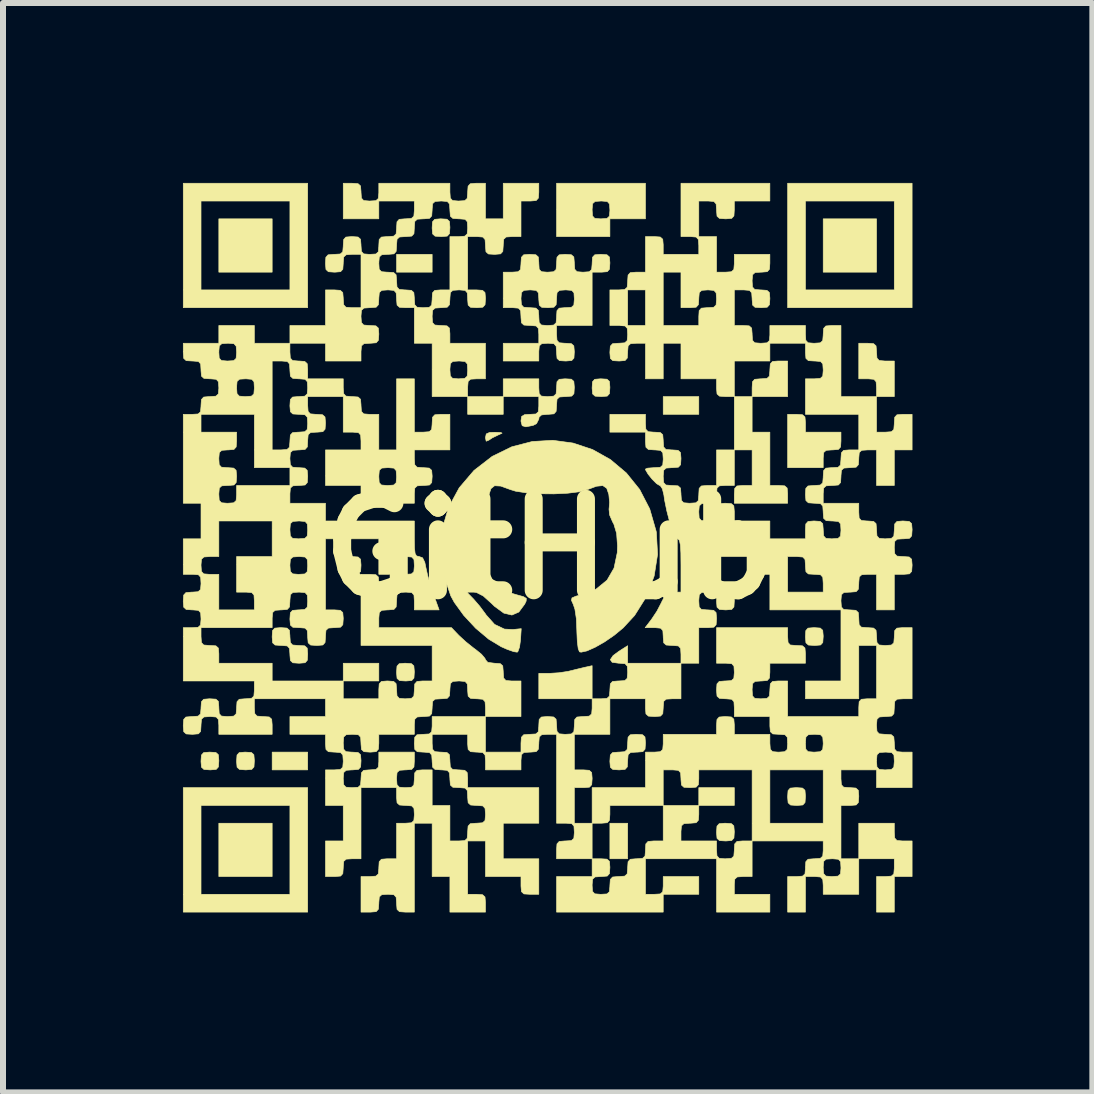
<source format=kicad_pcb>
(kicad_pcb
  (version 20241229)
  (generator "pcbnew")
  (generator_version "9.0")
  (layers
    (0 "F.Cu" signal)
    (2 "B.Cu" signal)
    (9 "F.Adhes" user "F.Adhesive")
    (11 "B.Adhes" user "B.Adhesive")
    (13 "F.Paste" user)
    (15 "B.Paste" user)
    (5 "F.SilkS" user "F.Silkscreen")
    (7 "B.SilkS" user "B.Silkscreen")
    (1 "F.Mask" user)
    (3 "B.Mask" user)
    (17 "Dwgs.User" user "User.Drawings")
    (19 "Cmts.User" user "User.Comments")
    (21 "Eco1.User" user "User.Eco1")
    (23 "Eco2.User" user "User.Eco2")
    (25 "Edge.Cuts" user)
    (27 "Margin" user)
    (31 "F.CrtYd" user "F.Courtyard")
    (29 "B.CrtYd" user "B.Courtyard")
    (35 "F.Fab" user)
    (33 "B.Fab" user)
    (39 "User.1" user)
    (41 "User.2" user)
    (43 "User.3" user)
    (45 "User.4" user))
  (footprint "GitHub"
    (layer "F.Cu")
    (at 6.101 6.101)
    (property "Reference" "GitHub" (at 0 0 0) (layer "F.SilkS") (effects (font (size 1.524 1.524) (thickness 0.3))))
    (attr through_hole)
    (fp_poly (pts (xy -4.614 -4.614) (xy -5.503 -4.614) (xy -5.503 -5.503) (xy -4.614 -5.503) (xy -4.614 -4.614)) (stroke (width 0.01) (type solid)) (fill yes) (layer "F.SilkS"))
    (fp_poly (pts (xy -4.614 5.461) (xy -5.503 5.461) (xy -5.503 4.572) (xy -4.614 4.572) (xy -4.614 5.461)) (stroke (width 0.01) (type solid)) (fill yes) (layer "F.SilkS"))
    (fp_poly (pts (xy -4.022 3.683) (xy -4.614 3.683) (xy -4.614 3.387) (xy -4.022 3.387) (xy -4.022 3.683)) (stroke (width 0.01) (type solid)) (fill yes) (layer "F.SilkS"))
    (fp_poly (pts (xy -2.836 2.201) (xy -3.429 2.201) (xy -3.429 1.905) (xy -2.836 1.905) (xy -2.836 2.201)) (stroke (width 0.01) (type solid)) (fill yes) (layer "F.SilkS"))
    (fp_poly (pts (xy -1.947 -4.614) (xy -2.54 -4.614) (xy -2.54 -4.911) (xy -1.947 -4.911) (xy -1.947 -4.614)) (stroke (width 0.01) (type solid)) (fill yes) (layer "F.SilkS"))
    (fp_poly (pts (xy -0.762 -2.244) (xy -1.355 -2.244) (xy -1.355 -2.54) (xy -0.762 -2.54) (xy -0.762 -2.244)) (stroke (width 0.01) (type solid)) (fill yes) (layer "F.SilkS"))
    (fp_poly (pts (xy 1.312 5.165) (xy 1.016 5.165) (xy 1.016 4.572) (xy 1.312 4.572) (xy 1.312 5.165)) (stroke (width 0.01) (type solid)) (fill yes) (layer "F.SilkS"))
    (fp_poly (pts (xy 2.498 -2.244) (xy 1.905 -2.244) (xy 1.905 -2.54) (xy 2.498 -2.54) (xy 2.498 -2.244)) (stroke (width 0.01) (type solid)) (fill yes) (layer "F.SilkS"))
    (fp_poly (pts (xy 3.09 4.276) (xy 2.498 4.276) (xy 2.498 3.979) (xy 3.09 3.979) (xy 3.09 4.276)) (stroke (width 0.01) (type solid)) (fill yes) (layer "F.SilkS"))
    (fp_poly (pts (xy 5.461 -4.614) (xy 4.572 -4.614) (xy 4.572 -5.503) (xy 5.461 -5.503) (xy 5.461 -4.614)) (stroke (width 0.01) (type solid)) (fill yes) (layer "F.SilkS"))
    (fp_poly (pts (xy -4.022 -4.022) (xy -6.096 -4.022) (xy -6.096 -5.8) (xy -5.8 -5.8) (xy -5.8 -4.318) (xy -4.318 -4.318) (xy -4.318 -5.8) (xy -5.8 -5.8) (xy -6.096 -5.8) (xy -6.096 -6.096) (xy -4.022 -6.096) (xy -4.022 -4.022)) (stroke (width 0.01) (type solid)) (fill yes) (layer "F.SilkS"))
    (fp_poly (pts (xy -4.022 6.054) (xy -6.096 6.054) (xy -6.096 4.276) (xy -5.8 4.276) (xy -5.8 5.757) (xy -4.318 5.757) (xy -4.318 4.276) (xy -5.8 4.276) (xy -6.096 4.276) (xy -6.096 3.979) (xy -4.022 3.979) (xy -4.022 6.054)) (stroke (width 0.01) (type solid)) (fill yes) (layer "F.SilkS"))
    (fp_poly (pts (xy 0.72 2.498) (xy -0.169 2.498) (xy -0.169 2.074) (xy 0.011 2.074) (xy 0.167 2.064) (xy 0.319 2.041) (xy 0.339 2.036) (xy 0.477 2.002) (xy 0.602 1.972) (xy 0.603 1.972) (xy 0.72 1.946) (xy 0.72 2.498)) (stroke (width 0.01) (type solid)) (fill yes) (layer "F.SilkS"))
    (fp_poly (pts (xy 6.054 -4.022) (xy 3.979 -4.022) (xy 3.979 -5.8) (xy 4.276 -5.8) (xy 4.276 -4.318) (xy 5.757 -4.318) (xy 5.757 -5.8) (xy 4.276 -5.8) (xy 3.979 -5.8) (xy 3.979 -6.096) (xy 6.054 -6.096) (xy 6.054 -4.022)) (stroke (width 0.01) (type solid)) (fill yes) (layer "F.SilkS"))
    (fp_poly (pts (xy -0.802 -1.941) (xy -0.781 -1.93) (xy -0.829 -1.907) (xy -0.844 -1.901) (xy -0.946 -1.851) (xy -1.003 -1.813) (xy -1.046 -1.796) (xy -1.058 -1.851) (xy -1.058 -1.857) (xy -1.045 -1.917) (xy -0.99 -1.942) (xy -0.9 -1.945) (xy -0.802 -1.941)) (stroke (width 0.01) (type solid)) (fill yes) (layer "F.SilkS"))
    (fp_poly (pts (xy -5.552 3.393) (xy -5.511 3.43) (xy -5.503 3.524) (xy -5.503 3.535) (xy -5.51 3.634) (xy -5.547 3.675) (xy -5.64 3.683) (xy -5.652 3.683) (xy -5.751 3.676) (xy -5.792 3.639) (xy -5.8 3.546) (xy -5.8 3.535) (xy -5.793 3.436) (xy -5.756 3.395) (xy -5.663 3.387) (xy -5.652 3.387) (xy -5.552 3.393)) (stroke (width 0.01) (type solid)) (fill yes) (layer "F.SilkS"))
    (fp_poly (pts (xy -4.96 3.393) (xy -4.919 3.43) (xy -4.911 3.524) (xy -4.911 3.535) (xy -4.917 3.634) (xy -4.954 3.675) (xy -5.048 3.683) (xy -5.059 3.683) (xy -5.158 3.676) (xy -5.199 3.639) (xy -5.207 3.546) (xy -5.207 3.535) (xy -5.2 3.436) (xy -5.163 3.395) (xy -5.07 3.387) (xy -5.059 3.387) (xy -4.96 3.393)) (stroke (width 0.01) (type solid)) (fill yes) (layer "F.SilkS"))
    (fp_poly (pts (xy -3.182 0.134) (xy -3.141 0.171) (xy -3.133 0.264) (xy -3.133 0.275) (xy -3.139 0.374) (xy -3.176 0.415) (xy -3.27 0.423) (xy -3.281 0.423) (xy -3.38 0.417) (xy -3.421 0.38) (xy -3.429 0.286) (xy -3.429 0.275) (xy -3.422 0.176) (xy -3.385 0.135) (xy -3.292 0.127) (xy -3.281 0.127) (xy -3.182 0.134)) (stroke (width 0.01) (type solid)) (fill yes) (layer "F.SilkS"))
    (fp_poly (pts (xy -2.293 1.912) (xy -2.252 1.949) (xy -2.244 2.042) (xy -2.244 2.053) (xy -2.25 2.152) (xy -2.287 2.193) (xy -2.381 2.201) (xy -2.392 2.201) (xy -2.491 2.195) (xy -2.532 2.158) (xy -2.54 2.064) (xy -2.54 2.053) (xy -2.533 1.954) (xy -2.496 1.913) (xy -2.403 1.905) (xy -2.392 1.905) (xy -2.293 1.912)) (stroke (width 0.01) (type solid)) (fill yes) (layer "F.SilkS"))
    (fp_poly (pts (xy -1.7 -5.497) (xy -1.659 -5.46) (xy -1.651 -5.366) (xy -1.651 -5.355) (xy -1.658 -5.256) (xy -1.695 -5.215) (xy -1.788 -5.207) (xy -1.799 -5.207) (xy -1.898 -5.214) (xy -1.939 -5.251) (xy -1.947 -5.344) (xy -1.947 -5.355) (xy -1.941 -5.454) (xy -1.904 -5.495) (xy -1.81 -5.503) (xy -1.799 -5.503) (xy -1.7 -5.497)) (stroke (width 0.01) (type solid)) (fill yes) (layer "F.SilkS"))
    (fp_poly (pts (xy 0.967 -2.83) (xy 1.008 -2.793) (xy 1.016 -2.699) (xy 1.016 -2.688) (xy 1.009 -2.589) (xy 0.972 -2.548) (xy 0.879 -2.54) (xy 0.868 -2.54) (xy 0.769 -2.547) (xy 0.728 -2.584) (xy 0.72 -2.677) (xy 0.72 -2.688) (xy 0.726 -2.787) (xy 0.763 -2.828) (xy 0.857 -2.836) (xy 0.868 -2.836) (xy 0.967 -2.83)) (stroke (width 0.01) (type solid)) (fill yes) (layer "F.SilkS"))
    (fp_poly (pts (xy 3.041 0.726) (xy 3.082 0.763) (xy 3.09 0.857) (xy 3.09 0.868) (xy 3.084 0.967) (xy 3.047 1.008) (xy 2.953 1.016) (xy 2.942 1.016) (xy 2.843 1.009) (xy 2.802 0.972) (xy 2.794 0.879) (xy 2.794 0.868) (xy 2.801 0.769) (xy 2.838 0.728) (xy 2.931 0.72) (xy 2.942 0.72) (xy 3.041 0.726)) (stroke (width 0.01) (type solid)) (fill yes) (layer "F.SilkS"))
    (fp_poly (pts (xy 3.041 4.579) (xy 3.082 4.616) (xy 3.09 4.709) (xy 3.09 4.72) (xy 3.084 4.819) (xy 3.047 4.86) (xy 2.953 4.868) (xy 2.942 4.868) (xy 2.843 4.862) (xy 2.802 4.825) (xy 2.794 4.731) (xy 2.794 4.72) (xy 2.801 4.621) (xy 2.838 4.58) (xy 2.931 4.572) (xy 2.942 4.572) (xy 3.041 4.579)) (stroke (width 0.01) (type solid)) (fill yes) (layer "F.SilkS"))
    (fp_poly (pts (xy 3.979 -2.54) (xy 3.387 -2.54) (xy 3.387 -2.688) (xy 3.393 -2.787) (xy 3.43 -2.828) (xy 3.524 -2.836) (xy 3.535 -2.836) (xy 3.634 -2.843) (xy 3.675 -2.88) (xy 3.683 -2.973) (xy 3.683 -2.985) (xy 3.69 -3.084) (xy 3.727 -3.125) (xy 3.82 -3.133) (xy 3.831 -3.133) (xy 3.979 -3.133) (xy 3.979 -2.54)) (stroke (width 0.01) (type solid)) (fill yes) (layer "F.SilkS"))
    (fp_poly (pts (xy 4.227 3.986) (xy 4.268 4.023) (xy 4.276 4.116) (xy 4.276 4.128) (xy 4.269 4.227) (xy 4.232 4.268) (xy 4.139 4.276) (xy 4.128 4.276) (xy 4.028 4.269) (xy 3.987 4.232) (xy 3.979 4.139) (xy 3.979 4.128) (xy 3.986 4.028) (xy 4.023 3.987) (xy 4.116 3.979) (xy 4.128 3.979) (xy 4.227 3.986)) (stroke (width 0.01) (type solid)) (fill yes) (layer "F.SilkS"))
    (fp_poly (pts (xy 4.523 1.319) (xy 4.564 1.356) (xy 4.572 1.449) (xy 4.572 1.46) (xy 4.565 1.56) (xy 4.528 1.601) (xy 4.435 1.609) (xy 4.424 1.609) (xy 4.325 1.602) (xy 4.284 1.565) (xy 4.276 1.472) (xy 4.276 1.46) (xy 4.282 1.361) (xy 4.319 1.32) (xy 4.413 1.312) (xy 4.424 1.312) (xy 4.523 1.319)) (stroke (width 0.01) (type solid)) (fill yes) (layer "F.SilkS"))
    (fp_poly (pts (xy 4.227 -2.237) (xy 4.268 -2.2) (xy 4.276 -2.107) (xy 4.276 -2.095) (xy 4.276 -1.947) (xy 4.868 -1.947) (xy 4.868 -1.799) (xy 4.862 -1.7) (xy 4.825 -1.659) (xy 4.731 -1.651) (xy 4.72 -1.651) (xy 4.621 -1.644) (xy 4.58 -1.607) (xy 4.572 -1.514) (xy 4.572 -1.503) (xy 4.572 -1.355) (xy 3.979 -1.355) (xy 3.979 -2.244) (xy 4.128 -2.244) (xy 4.227 -2.237)) (stroke (width 0.01) (type solid)) (fill yes) (layer "F.SilkS"))
    (fp_poly (pts (xy 5.412 -3.422) (xy 5.453 -3.385) (xy 5.461 -3.292) (xy 5.461 -3.281) (xy 5.468 -3.182) (xy 5.505 -3.141) (xy 5.598 -3.133) (xy 5.609 -3.133) (xy 5.757 -3.133) (xy 5.757 -2.54) (xy 5.461 -2.54) (xy 5.461 -2.688) (xy 5.454 -2.787) (xy 5.417 -2.828) (xy 5.324 -2.836) (xy 5.313 -2.836) (xy 5.165 -2.836) (xy 5.165 -3.429) (xy 5.313 -3.429) (xy 5.412 -3.422)) (stroke (width 0.01) (type solid)) (fill yes) (layer "F.SilkS"))
    (fp_poly (pts (xy 5.757 4.72) (xy 5.764 4.819) (xy 5.801 4.86) (xy 5.894 4.868) (xy 5.905 4.868) (xy 6.054 4.868) (xy 6.054 5.461) (xy 5.757 5.461) (xy 5.757 6.054) (xy 5.461 6.054) (xy 5.461 5.461) (xy 5.609 5.461) (xy 5.708 5.454) (xy 5.749 5.417) (xy 5.757 5.324) (xy 5.757 5.313) (xy 5.757 5.165) (xy 5.165 5.165) (xy 5.165 4.572) (xy 5.757 4.572) (xy 5.757 4.72)) (stroke (width 0.01) (type solid)) (fill yes) (layer "F.SilkS"))
    (fp_poly (pts (xy 1.609 -5.503) (xy 1.016 -5.503) (xy 1.016 -5.207) (xy 0.127 -5.207) (xy 0.127 -5.652) (xy 0.72 -5.652) (xy 0.726 -5.552) (xy 0.763 -5.511) (xy 0.857 -5.503) (xy 0.868 -5.503) (xy 0.967 -5.51) (xy 1.008 -5.547) (xy 1.016 -5.64) (xy 1.016 -5.652) (xy 1.009 -5.751) (xy 0.972 -5.792) (xy 0.879 -5.8) (xy 0.868 -5.8) (xy 0.769 -5.793) (xy 0.728 -5.756) (xy 0.72 -5.663) (xy 0.72 -5.652) (xy 0.127 -5.652) (xy 0.127 -6.096) (xy 1.609 -6.096) (xy 1.609 -5.503)) (stroke (width 0.01) (type solid)) (fill yes) (layer "F.SilkS"))
    (fp_poly (pts (xy -4.367 1.319) (xy -4.326 1.356) (xy -4.318 1.449) (xy -4.318 1.46) (xy -4.311 1.56) (xy -4.274 1.601) (xy -4.181 1.609) (xy -4.17 1.609) (xy -4.071 1.615) (xy -4.03 1.652) (xy -4.022 1.746) (xy -4.022 1.757) (xy -4.028 1.856) (xy -4.065 1.897) (xy -4.159 1.905) (xy -4.17 1.905) (xy -4.269 1.898) (xy -4.31 1.861) (xy -4.318 1.768) (xy -4.318 1.757) (xy -4.325 1.658) (xy -4.362 1.617) (xy -4.455 1.609) (xy -4.466 1.609) (xy -4.565 1.602) (xy -4.606 1.565) (xy -4.614 1.472) (xy -4.614 1.46) (xy -4.608 1.361) (xy -4.571 1.32) (xy -4.477 1.312) (xy -4.466 1.312) (xy -4.367 1.319)) (stroke (width 0.01) (type solid)) (fill yes) (layer "F.SilkS"))
    (fp_poly (pts (xy 1.56 3.097) (xy 1.601 3.134) (xy 1.609 3.227) (xy 1.609 3.239) (xy 1.602 3.338) (xy 1.565 3.379) (xy 1.472 3.387) (xy 1.46 3.387) (xy 1.361 3.393) (xy 1.32 3.43) (xy 1.312 3.524) (xy 1.312 3.535) (xy 1.306 3.634) (xy 1.269 3.675) (xy 1.175 3.683) (xy 1.164 3.683) (xy 1.065 3.676) (xy 1.024 3.639) (xy 1.016 3.546) (xy 1.016 3.535) (xy 1.023 3.436) (xy 1.06 3.395) (xy 1.153 3.387) (xy 1.164 3.387) (xy 1.263 3.38) (xy 1.304 3.343) (xy 1.312 3.25) (xy 1.312 3.239) (xy 1.319 3.139) (xy 1.356 3.098) (xy 1.449 3.09) (xy 1.46 3.09) (xy 1.56 3.097)) (stroke (width 0.01) (type solid)) (fill yes) (layer "F.SilkS"))
    (fp_poly (pts (xy -0.762 -2.836) (xy -0.169 -2.836) (xy -0.169 -2.688) (xy -0.163 -2.589) (xy -0.126 -2.548) (xy -0.032 -2.54) (xy -0.021 -2.54) (xy 0.078 -2.547) (xy 0.119 -2.584) (xy 0.127 -2.677) (xy 0.127 -2.688) (xy 0.134 -2.787) (xy 0.171 -2.828) (xy 0.264 -2.836) (xy 0.275 -2.836) (xy 0.374 -2.83) (xy 0.415 -2.793) (xy 0.423 -2.699) (xy 0.423 -2.688) (xy 0.417 -2.589) (xy 0.38 -2.548) (xy 0.286 -2.54) (xy 0.275 -2.54) (xy 0.176 -2.533) (xy 0.135 -2.496) (xy 0.127 -2.403) (xy 0.127 -2.392) (xy 0.12 -2.293) (xy 0.083 -2.252) (xy -0.01 -2.244) (xy -0.021 -2.244) (xy -0.124 -2.234) (xy -0.165 -2.196) (xy -0.169 -2.164) (xy -0.207 -2.089) (xy -0.265 -2.059) (xy -0.385 -2.036) (xy -0.446 -2.054) (xy -0.465 -2.122) (xy -0.466 -2.138) (xy -0.455 -2.209) (xy -0.405 -2.239) (xy -0.318 -2.244) (xy -0.218 -2.25) (xy -0.177 -2.287) (xy -0.169 -2.381) (xy -0.169 -2.392) (xy -0.169 -2.54) (xy -0.762 -2.54) (xy -0.762 -2.836)) (stroke (width 0.01) (type solid)) (fill yes) (layer "F.SilkS"))
    (fp_poly (pts (xy 0.403 -1.765) (xy 0.727 -1.657) (xy 1.025 -1.49) (xy 1.29 -1.267) (xy 1.512 -0.992) (xy 1.68 -0.667) (xy 1.787 -0.296) (xy 1.791 -0.273) (xy 1.811 0.09) (xy 1.754 0.451) (xy 1.625 0.796) (xy 1.428 1.109) (xy 1.237 1.316) (xy 1.089 1.438) (xy 0.928 1.549) (xy 0.77 1.639) (xy 0.633 1.7) (xy 0.536 1.721) (xy 0.509 1.715) (xy 0.488 1.663) (xy 0.473 1.548) (xy 0.466 1.395) (xy 0.465 1.363) (xy 0.457 1.164) (xy 0.433 1.005) (xy 0.406 0.925) (xy 0.375 0.856) (xy 0.384 0.816) (xy 0.448 0.788) (xy 0.541 0.763) (xy 0.788 0.668) (xy 0.969 0.52) (xy 1.085 0.319) (xy 1.139 0.062) (xy 1.143 -0.051) (xy 1.128 -0.26) (xy 1.082 -0.413) (xy 1.061 -0.451) (xy 1.011 -0.567) (xy 1.001 -0.667) (xy 1.003 -0.673) (xy 1.011 -0.775) (xy 0.999 -0.902) (xy 0.998 -0.91) (xy 0.963 -1.012) (xy 0.898 -1.056) (xy 0.791 -1.045) (xy 0.644 -0.99) (xy 0.507 -0.953) (xy 0.312 -0.929) (xy 0.083 -0.918) (xy -0.155 -0.92) (xy -0.376 -0.935) (xy -0.557 -0.963) (xy -0.644 -0.99) (xy -0.803 -1.048) (xy -0.906 -1.054) (xy -0.967 -1.005) (xy -0.998 -0.91) (xy -1.011 -0.783) (xy -1.004 -0.677) (xy -1.003 -0.673) (xy -1.009 -0.577) (xy -1.056 -0.461) (xy -1.061 -0.451) (xy -1.118 -0.311) (xy -1.142 -0.122) (xy -1.143 -0.051) (xy -1.113 0.228) (xy -1.02 0.451) (xy -0.864 0.618) (xy -0.643 0.733) (xy -0.541 0.763) (xy -0.426 0.795) (xy -0.377 0.825) (xy -0.38 0.87) (xy -0.404 0.92) (xy -0.502 1.052) (xy -0.617 1.102) (xy -0.752 1.07) (xy -0.908 0.956) (xy -0.955 0.91) (xy -1.095 0.784) (xy -1.208 0.726) (xy -1.254 0.72) (xy -1.369 0.72) (xy -1.256 0.836) (xy -1.155 0.953) (xy -1.056 1.086) (xy -1.047 1.1) (xy -0.906 1.258) (xy -0.742 1.336) (xy -0.601 1.343) (xy -0.462 1.329) (xy -0.474 1.518) (xy -0.49 1.635) (xy -0.517 1.71) (xy -0.529 1.721) (xy -0.588 1.712) (xy -0.696 1.674) (xy -0.796 1.63) (xy -1.006 1.503) (xy -1.222 1.321) (xy -1.42 1.108) (xy -1.578 0.89) (xy -1.636 0.783) (xy -1.762 0.413) (xy -1.809 0.036) (xy -1.779 -0.335) (xy -1.674 -0.691) (xy -1.496 -1.019) (xy -1.25 -1.308) (xy -0.946 -1.543) (xy -0.619 -1.703) (xy -0.279 -1.791) (xy 0.065 -1.811) (xy 0.403 -1.765)) (stroke (width 0.01) (type solid)) (fill yes) (layer "F.SilkS"))
    (fp_poly (pts (xy 0.967 -4.904) (xy 1.008 -4.867) (xy 1.016 -4.774) (xy 1.016 -4.763) (xy 1.009 -4.663) (xy 0.972 -4.622) (xy 0.879 -4.614) (xy 0.868 -4.614) (xy 0.72 -4.614) (xy 0.72 -3.725) (xy 0.127 -3.725) (xy 0.127 -3.577) (xy 0.134 -3.478) (xy 0.171 -3.437) (xy 0.264 -3.429) (xy 0.275 -3.429) (xy 0.374 -3.422) (xy 0.415 -3.385) (xy 0.423 -3.292) (xy 0.423 -3.281) (xy 0.417 -3.182) (xy 0.38 -3.141) (xy 0.286 -3.133) (xy 0.275 -3.133) (xy 0.176 -3.139) (xy 0.135 -3.176) (xy 0.127 -3.27) (xy 0.127 -3.281) (xy 0.12 -3.38) (xy 0.083 -3.421) (xy -0.01 -3.429) (xy -0.021 -3.429) (xy -0.12 -3.422) (xy -0.161 -3.385) (xy -0.169 -3.292) (xy -0.169 -3.281) (xy -0.169 -3.133) (xy -0.762 -3.133) (xy -0.762 -3.429) (xy -0.169 -3.429) (xy -0.169 -3.577) (xy -0.176 -3.676) (xy -0.213 -3.717) (xy -0.306 -3.725) (xy -0.318 -3.725) (xy -0.417 -3.732) (xy -0.458 -3.769) (xy -0.466 -3.862) (xy -0.466 -3.873) (xy -0.472 -3.973) (xy -0.509 -4.014) (xy -0.603 -4.022) (xy -0.614 -4.022) (xy -0.762 -4.022) (xy -0.762 -4.17) (xy -0.466 -4.17) (xy -0.459 -4.071) (xy -0.422 -4.03) (xy -0.329 -4.022) (xy -0.318 -4.022) (xy -0.218 -4.015) (xy -0.177 -3.978) (xy -0.169 -3.885) (xy -0.169 -3.873) (xy -0.163 -3.774) (xy -0.126 -3.733) (xy -0.032 -3.725) (xy -0.021 -3.725) (xy 0.078 -3.732) (xy 0.119 -3.769) (xy 0.127 -3.862) (xy 0.127 -3.873) (xy 0.134 -3.973) (xy 0.171 -4.014) (xy 0.264 -4.022) (xy 0.275 -4.022) (xy 0.374 -4.028) (xy 0.415 -4.065) (xy 0.423 -4.159) (xy 0.423 -4.17) (xy 0.417 -4.269) (xy 0.38 -4.31) (xy 0.286 -4.318) (xy 0.275 -4.318) (xy 0.176 -4.311) (xy 0.135 -4.274) (xy 0.127 -4.181) (xy 0.127 -4.17) (xy 0.12 -4.071) (xy 0.083 -4.03) (xy -0.01 -4.022) (xy -0.021 -4.022) (xy -0.12 -4.028) (xy -0.161 -4.065) (xy -0.169 -4.159) (xy -0.169 -4.17) (xy -0.176 -4.269) (xy -0.213 -4.31) (xy -0.306 -4.318) (xy -0.318 -4.318) (xy -0.417 -4.311) (xy -0.458 -4.274) (xy -0.466 -4.181) (xy -0.466 -4.17) (xy -0.762 -4.17) (xy -0.762 -4.614) (xy -0.614 -4.614) (xy -0.515 -4.621) (xy -0.474 -4.658) (xy -0.466 -4.751) (xy -0.466 -4.763) (xy -0.459 -4.862) (xy -0.422 -4.903) (xy -0.329 -4.911) (xy -0.318 -4.911) (xy -0.218 -4.904) (xy -0.177 -4.867) (xy -0.169 -4.774) (xy -0.169 -4.763) (xy -0.163 -4.663) (xy -0.126 -4.622) (xy -0.032 -4.614) (xy -0.021 -4.614) (xy 0.078 -4.621) (xy 0.119 -4.658) (xy 0.127 -4.751) (xy 0.127 -4.763) (xy 0.134 -4.862) (xy 0.171 -4.903) (xy 0.264 -4.911) (xy 0.275 -4.911) (xy 0.374 -4.904) (xy 0.415 -4.867) (xy 0.423 -4.774) (xy 0.423 -4.763) (xy 0.43 -4.663) (xy 0.467 -4.622) (xy 0.56 -4.614) (xy 0.572 -4.614) (xy 0.671 -4.621) (xy 0.712 -4.658) (xy 0.72 -4.751) (xy 0.72 -4.763) (xy 0.726 -4.862) (xy 0.763 -4.903) (xy 0.857 -4.911) (xy 0.868 -4.911) (xy 0.967 -4.904)) (stroke (width 0.01) (type solid)) (fill yes) (layer "F.SilkS"))
    (fp_poly (pts (xy -3.182 -6.089) (xy -3.141 -6.052) (xy -3.133 -5.959) (xy -3.133 -5.948) (xy -3.126 -5.849) (xy -3.089 -5.808) (xy -2.996 -5.8) (xy -2.985 -5.8) (xy -2.885 -5.806) (xy -2.844 -5.843) (xy -2.836 -5.937) (xy -2.836 -5.948) (xy -2.836 -6.096) (xy -1.651 -6.096) (xy -1.651 -5.948) (xy -1.644 -5.849) (xy -1.607 -5.808) (xy -1.514 -5.8) (xy -1.503 -5.8) (xy -1.404 -5.806) (xy -1.363 -5.843) (xy -1.355 -5.937) (xy -1.355 -5.948) (xy -1.348 -6.047) (xy -1.311 -6.088) (xy -1.218 -6.096) (xy -1.206 -6.096) (xy -1.058 -6.096) (xy -1.058 -5.503) (xy -0.762 -5.503) (xy -0.762 -6.096) (xy -0.169 -6.096) (xy -0.169 -5.948) (xy -0.176 -5.849) (xy -0.213 -5.808) (xy -0.306 -5.8) (xy -0.318 -5.8) (xy -0.466 -5.8) (xy -0.466 -5.207) (xy -0.614 -5.207) (xy -0.713 -5.2) (xy -0.754 -5.163) (xy -0.762 -5.07) (xy -0.762 -5.059) (xy -0.769 -4.96) (xy -0.806 -4.919) (xy -0.899 -4.911) (xy -0.91 -4.911) (xy -1.009 -4.917) (xy -1.05 -4.954) (xy -1.058 -5.048) (xy -1.058 -5.059) (xy -1.065 -5.158) (xy -1.102 -5.199) (xy -1.195 -5.207) (xy -1.206 -5.207) (xy -1.355 -5.207) (xy -1.355 -4.318) (xy -1.206 -4.318) (xy -1.107 -4.311) (xy -1.066 -4.274) (xy -1.058 -4.181) (xy -1.058 -4.17) (xy -1.065 -4.071) (xy -1.102 -4.03) (xy -1.195 -4.022) (xy -1.206 -4.022) (xy -1.306 -4.028) (xy -1.347 -4.065) (xy -1.355 -4.159) (xy -1.355 -4.17) (xy -1.361 -4.269) (xy -1.398 -4.31) (xy -1.492 -4.318) (xy -1.503 -4.318) (xy -1.602 -4.311) (xy -1.643 -4.274) (xy -1.651 -4.181) (xy -1.651 -4.17) (xy -1.658 -4.071) (xy -1.695 -4.03) (xy -1.788 -4.022) (xy -1.799 -4.022) (xy -1.898 -4.015) (xy -1.939 -3.978) (xy -1.947 -3.885) (xy -1.947 -3.873) (xy -1.941 -3.774) (xy -1.904 -3.733) (xy -1.81 -3.725) (xy -1.799 -3.725) (xy -1.7 -3.719) (xy -1.659 -3.682) (xy -1.651 -3.588) (xy -1.651 -3.577) (xy -1.651 -3.429) (xy -1.058 -3.429) (xy -1.058 -2.836) (xy -1.206 -2.836) (xy -1.306 -2.83) (xy -1.347 -2.793) (xy -1.355 -2.699) (xy -1.355 -2.688) (xy -1.355 -2.54) (xy -1.947 -2.54) (xy -1.947 -2.985) (xy -1.651 -2.985) (xy -1.644 -2.885) (xy -1.607 -2.844) (xy -1.514 -2.836) (xy -1.503 -2.836) (xy -1.404 -2.843) (xy -1.363 -2.88) (xy -1.355 -2.973) (xy -1.355 -2.985) (xy -1.361 -3.084) (xy -1.398 -3.125) (xy -1.492 -3.133) (xy -1.503 -3.133) (xy -1.602 -3.126) (xy -1.643 -3.089) (xy -1.651 -2.996) (xy -1.651 -2.985) (xy -1.947 -2.985) (xy -1.947 -3.429) (xy -2.244 -3.429) (xy -2.244 -4.022) (xy -2.392 -4.022) (xy -2.491 -4.028) (xy -2.532 -4.065) (xy -2.54 -4.159) (xy -2.54 -4.17) (xy -2.547 -4.269) (xy -2.584 -4.31) (xy -2.677 -4.318) (xy -2.688 -4.318) (xy -2.787 -4.311) (xy -2.828 -4.274) (xy -2.836 -4.181) (xy -2.836 -4.17) (xy -2.843 -4.071) (xy -2.88 -4.03) (xy -2.973 -4.022) (xy -2.985 -4.022) (xy -3.084 -4.015) (xy -3.125 -3.978) (xy -3.133 -3.885) (xy -3.133 -3.873) (xy -3.126 -3.774) (xy -3.089 -3.733) (xy -2.996 -3.725) (xy -2.985 -3.725) (xy -2.885 -3.719) (xy -2.844 -3.682) (xy -2.836 -3.588) (xy -2.836 -3.577) (xy -2.843 -3.478) (xy -2.88 -3.437) (xy -2.973 -3.429) (xy -2.985 -3.429) (xy -3.084 -3.422) (xy -3.125 -3.385) (xy -3.133 -3.292) (xy -3.133 -3.281) (xy -3.133 -3.133) (xy -3.725 -3.133) (xy -3.725 -3.429) (xy -4.318 -3.429) (xy -4.318 -3.725) (xy -3.725 -3.725) (xy -3.725 -4.318) (xy -3.577 -4.318) (xy -3.478 -4.311) (xy -3.437 -4.274) (xy -3.429 -4.181) (xy -3.429 -4.17) (xy -3.422 -4.071) (xy -3.385 -4.03) (xy -3.292 -4.022) (xy -3.281 -4.022) (xy -3.133 -4.022) (xy -3.133 -4.763) (xy -2.836 -4.763) (xy -2.83 -4.663) (xy -2.793 -4.622) (xy -2.699 -4.614) (xy -2.688 -4.614) (xy -2.589 -4.608) (xy -2.548 -4.571) (xy -2.54 -4.477) (xy -2.54 -4.466) (xy -2.533 -4.367) (xy -2.496 -4.326) (xy -2.403 -4.318) (xy -2.392 -4.318) (xy -2.293 -4.311) (xy -2.252 -4.274) (xy -2.244 -4.181) (xy -2.244 -4.17) (xy -2.237 -4.071) (xy -2.2 -4.03) (xy -2.107 -4.022) (xy -2.095 -4.022) (xy -1.996 -4.028) (xy -1.955 -4.065) (xy -1.947 -4.159) (xy -1.947 -4.17) (xy -1.941 -4.269) (xy -1.904 -4.31) (xy -1.81 -4.318) (xy -1.799 -4.318) (xy -1.651 -4.318) (xy -1.651 -5.207) (xy -1.503 -5.207) (xy -1.404 -5.214) (xy -1.363 -5.251) (xy -1.355 -5.344) (xy -1.355 -5.355) (xy -1.361 -5.454) (xy -1.398 -5.495) (xy -1.492 -5.503) (xy -1.503 -5.503) (xy -1.602 -5.51) (xy -1.643 -5.547) (xy -1.651 -5.64) (xy -1.651 -5.652) (xy -1.658 -5.751) (xy -1.695 -5.792) (xy -1.788 -5.8) (xy -1.799 -5.8) (xy -1.898 -5.793) (xy -1.939 -5.756) (xy -1.947 -5.663) (xy -1.947 -5.652) (xy -1.954 -5.552) (xy -1.991 -5.511) (xy -2.084 -5.503) (xy -2.095 -5.503) (xy -2.195 -5.497) (xy -2.236 -5.46) (xy -2.244 -5.366) (xy -2.244 -5.355) (xy -2.25 -5.256) (xy -2.287 -5.215) (xy -2.381 -5.207) (xy -2.392 -5.207) (xy -2.491 -5.2) (xy -2.532 -5.163) (xy -2.54 -5.07) (xy -2.54 -5.059) (xy -2.547 -4.96) (xy -2.584 -4.919) (xy -2.677 -4.911) (xy -2.688 -4.911) (xy -2.787 -4.904) (xy -2.828 -4.867) (xy -2.836 -4.774) (xy -2.836 -4.763) (xy -3.133 -4.763) (xy -3.133 -4.911) (xy -3.281 -4.911) (xy -3.38 -4.904) (xy -3.421 -4.867) (xy -3.429 -4.774) (xy -3.429 -4.763) (xy -3.436 -4.663) (xy -3.473 -4.622) (xy -3.566 -4.614) (xy -3.577 -4.614) (xy -3.676 -4.621) (xy -3.717 -4.658) (xy -3.725 -4.751) (xy -3.725 -4.763) (xy -3.719 -4.862) (xy -3.682 -4.903) (xy -3.588 -4.911) (xy -3.577 -4.911) (xy -3.478 -4.917) (xy -3.437 -4.954) (xy -3.429 -5.048) (xy -3.429 -5.059) (xy -3.422 -5.158) (xy -3.385 -5.199) (xy -3.292 -5.207) (xy -3.281 -5.207) (xy -3.182 -5.2) (xy -3.141 -5.163) (xy -3.133 -5.07) (xy -3.133 -5.059) (xy -3.126 -4.96) (xy -3.089 -4.919) (xy -2.996 -4.911) (xy -2.985 -4.911) (xy -2.885 -4.917) (xy -2.844 -4.954) (xy -2.836 -5.048) (xy -2.836 -5.059) (xy -2.83 -5.158) (xy -2.793 -5.199) (xy -2.699 -5.207) (xy -2.688 -5.207) (xy -2.589 -5.214) (xy -2.548 -5.251) (xy -2.54 -5.344) (xy -2.54 -5.355) (xy -2.533 -5.454) (xy -2.496 -5.495) (xy -2.403 -5.503) (xy -2.392 -5.503) (xy -2.293 -5.51) (xy -2.252 -5.547) (xy -2.244 -5.64) (xy -2.244 -5.652) (xy -2.244 -5.8) (xy -2.836 -5.8) (xy -2.836 -5.503) (xy -3.429 -5.503) (xy -3.429 -6.096) (xy -3.281 -6.096) (xy -3.182 -6.089)) (stroke (width 0.01) (type solid)) (fill yes) (layer "F.SilkS"))
    (fp_poly (pts (xy 3.683 -5.8) (xy 3.09 -5.8) (xy 3.09 -5.652) (xy 3.084 -5.552) (xy 3.047 -5.511) (xy 2.953 -5.503) (xy 2.942 -5.503) (xy 2.843 -5.51) (xy 2.802 -5.547) (xy 2.794 -5.64) (xy 2.794 -5.652) (xy 2.787 -5.751) (xy 2.75 -5.792) (xy 2.657 -5.8) (xy 2.646 -5.8) (xy 2.498 -5.8) (xy 2.498 -5.207) (xy 2.794 -5.207) (xy 2.794 -4.614) (xy 2.942 -4.614) (xy 3.041 -4.621) (xy 3.082 -4.658) (xy 3.09 -4.751) (xy 3.09 -4.763) (xy 3.09 -4.911) (xy 3.683 -4.911) (xy 3.683 -4.763) (xy 3.676 -4.663) (xy 3.639 -4.622) (xy 3.546 -4.614) (xy 3.535 -4.614) (xy 3.436 -4.608) (xy 3.395 -4.571) (xy 3.387 -4.477) (xy 3.387 -4.466) (xy 3.393 -4.367) (xy 3.43 -4.326) (xy 3.524 -4.318) (xy 3.535 -4.318) (xy 3.634 -4.311) (xy 3.675 -4.274) (xy 3.683 -4.181) (xy 3.683 -4.17) (xy 3.676 -4.071) (xy 3.639 -4.03) (xy 3.546 -4.022) (xy 3.535 -4.022) (xy 3.436 -4.028) (xy 3.395 -4.065) (xy 3.387 -4.159) (xy 3.387 -4.17) (xy 3.38 -4.269) (xy 3.343 -4.31) (xy 3.25 -4.318) (xy 3.239 -4.318) (xy 3.09 -4.318) (xy 3.09 -3.725) (xy 3.239 -3.725) (xy 3.338 -3.719) (xy 3.379 -3.682) (xy 3.387 -3.588) (xy 3.387 -3.577) (xy 3.393 -3.478) (xy 3.43 -3.437) (xy 3.524 -3.429) (xy 3.535 -3.429) (xy 3.634 -3.436) (xy 3.675 -3.473) (xy 3.683 -3.566) (xy 3.683 -3.577) (xy 3.683 -3.725) (xy 4.276 -3.725) (xy 4.276 -3.577) (xy 4.282 -3.478) (xy 4.319 -3.437) (xy 4.413 -3.429) (xy 4.424 -3.429) (xy 4.523 -3.436) (xy 4.564 -3.473) (xy 4.572 -3.566) (xy 4.572 -3.577) (xy 4.579 -3.676) (xy 4.616 -3.717) (xy 4.709 -3.725) (xy 4.72 -3.725) (xy 4.868 -3.725) (xy 4.868 -2.54) (xy 5.461 -2.54) (xy 5.461 -1.947) (xy 5.609 -1.947) (xy 5.708 -1.954) (xy 5.749 -1.991) (xy 5.757 -2.084) (xy 5.757 -2.095) (xy 5.764 -2.195) (xy 5.801 -2.236) (xy 5.894 -2.244) (xy 5.905 -2.244) (xy 6.054 -2.244) (xy 6.054 -1.651) (xy 5.757 -1.651) (xy 5.757 -1.058) (xy 5.461 -1.058) (xy 5.461 -1.651) (xy 5.313 -1.651) (xy 5.214 -1.644) (xy 5.173 -1.607) (xy 5.165 -1.514) (xy 5.165 -1.503) (xy 5.158 -1.404) (xy 5.121 -1.363) (xy 5.028 -1.355) (xy 5.016 -1.355) (xy 4.917 -1.348) (xy 4.876 -1.311) (xy 4.868 -1.218) (xy 4.868 -1.206) (xy 4.862 -1.107) (xy 4.825 -1.066) (xy 4.731 -1.058) (xy 4.72 -1.058) (xy 4.621 -1.052) (xy 4.58 -1.015) (xy 4.572 -0.921) (xy 4.572 -0.91) (xy 4.572 -0.762) (xy 5.165 -0.762) (xy 5.165 -0.614) (xy 5.171 -0.515) (xy 5.208 -0.474) (xy 5.302 -0.466) (xy 5.313 -0.466) (xy 5.412 -0.459) (xy 5.453 -0.422) (xy 5.461 -0.329) (xy 5.461 -0.318) (xy 5.468 -0.218) (xy 5.505 -0.177) (xy 5.598 -0.169) (xy 5.609 -0.169) (xy 5.708 -0.176) (xy 5.749 -0.213) (xy 5.757 -0.306) (xy 5.757 -0.318) (xy 5.764 -0.417) (xy 5.801 -0.458) (xy 5.894 -0.466) (xy 5.905 -0.466) (xy 6.005 -0.459) (xy 6.046 -0.422) (xy 6.054 -0.329) (xy 6.054 -0.318) (xy 6.047 -0.218) (xy 6.01 -0.177) (xy 5.917 -0.169) (xy 5.905 -0.169) (xy 5.806 -0.163) (xy 5.765 -0.126) (xy 5.757 -0.032) (xy 5.757 -0.021) (xy 5.764 0.078) (xy 5.801 0.119) (xy 5.894 0.127) (xy 5.905 0.127) (xy 6.005 0.134) (xy 6.046 0.171) (xy 6.054 0.264) (xy 6.054 0.275) (xy 6.047 0.374) (xy 6.01 0.415) (xy 5.917 0.423) (xy 5.905 0.423) (xy 5.757 0.423) (xy 5.757 1.016) (xy 5.461 1.016) (xy 5.461 0.423) (xy 5.313 0.423) (xy 5.214 0.43) (xy 5.173 0.467) (xy 5.165 0.56) (xy 5.165 0.572) (xy 5.158 0.671) (xy 5.121 0.712) (xy 5.028 0.72) (xy 5.016 0.72) (xy 4.917 0.726) (xy 4.876 0.763) (xy 4.868 0.857) (xy 4.868 0.868) (xy 4.875 0.967) (xy 4.912 1.008) (xy 5.005 1.016) (xy 5.016 1.016) (xy 5.116 1.023) (xy 5.157 1.06) (xy 5.165 1.153) (xy 5.165 1.164) (xy 5.171 1.263) (xy 5.208 1.304) (xy 5.302 1.312) (xy 5.313 1.312) (xy 5.412 1.319) (xy 5.453 1.356) (xy 5.461 1.449) (xy 5.461 1.46) (xy 5.468 1.56) (xy 5.505 1.601) (xy 5.598 1.609) (xy 5.609 1.609) (xy 5.708 1.602) (xy 5.749 1.565) (xy 5.757 1.472) (xy 5.757 1.46) (xy 5.764 1.361) (xy 5.801 1.32) (xy 5.894 1.312) (xy 5.905 1.312) (xy 6.054 1.312) (xy 6.054 2.498) (xy 5.905 2.498) (xy 5.806 2.504) (xy 5.765 2.541) (xy 5.757 2.635) (xy 5.757 2.646) (xy 5.751 2.745) (xy 5.714 2.786) (xy 5.62 2.794) (xy 5.609 2.794) (xy 5.51 2.801) (xy 5.469 2.838) (xy 5.461 2.931) (xy 5.461 2.942) (xy 5.468 3.041) (xy 5.505 3.082) (xy 5.598 3.09) (xy 5.609 3.09) (xy 5.708 3.097) (xy 5.749 3.134) (xy 5.757 3.227) (xy 5.757 3.239) (xy 5.764 3.338) (xy 5.801 3.379) (xy 5.894 3.387) (xy 5.905 3.387) (xy 6.054 3.387) (xy 6.054 3.979) (xy 5.461 3.979) (xy 5.461 3.683) (xy 4.868 3.683) (xy 4.868 3.831) (xy 4.875 3.93) (xy 4.912 3.971) (xy 5.005 3.979) (xy 5.016 3.979) (xy 5.116 3.986) (xy 5.157 4.023) (xy 5.165 4.116) (xy 5.165 4.128) (xy 5.158 4.227) (xy 5.121 4.268) (xy 5.028 4.276) (xy 5.016 4.276) (xy 4.868 4.276) (xy 4.868 5.165) (xy 5.165 5.165) (xy 5.165 5.757) (xy 4.572 5.757) (xy 4.572 5.609) (xy 4.565 5.51) (xy 4.528 5.469) (xy 4.435 5.461) (xy 4.424 5.461) (xy 4.276 5.461) (xy 4.276 6.054) (xy 3.979 6.054) (xy 3.979 5.461) (xy 4.128 5.461) (xy 4.227 5.454) (xy 4.268 5.417) (xy 4.276 5.324) (xy 4.276 5.313) (xy 4.572 5.313) (xy 4.579 5.412) (xy 4.616 5.453) (xy 4.709 5.461) (xy 4.72 5.461) (xy 4.819 5.454) (xy 4.86 5.417) (xy 4.868 5.324) (xy 4.868 5.313) (xy 4.862 5.214) (xy 4.825 5.173) (xy 4.731 5.165) (xy 4.72 5.165) (xy 4.621 5.171) (xy 4.58 5.208) (xy 4.572 5.302) (xy 4.572 5.313) (xy 4.276 5.313) (xy 4.282 5.214) (xy 4.319 5.173) (xy 4.413 5.165) (xy 4.424 5.165) (xy 4.523 5.158) (xy 4.564 5.121) (xy 4.572 5.028) (xy 4.572 5.016) (xy 4.572 4.868) (xy 3.387 4.868) (xy 3.387 5.461) (xy 3.239 5.461) (xy 3.139 5.468) (xy 3.098 5.505) (xy 3.09 5.598) (xy 3.09 5.609) (xy 3.09 5.757) (xy 3.683 5.757) (xy 3.683 6.054) (xy 2.794 6.054) (xy 2.794 5.165) (xy 1.609 5.165) (xy 1.609 5.757) (xy 1.757 5.757) (xy 1.856 5.751) (xy 1.897 5.714) (xy 1.905 5.62) (xy 1.905 5.609) (xy 1.905 5.461) (xy 2.498 5.461) (xy 2.498 5.757) (xy 1.905 5.757) (xy 1.905 6.054) (xy 0.127 6.054) (xy 0.127 5.461) (xy 0.72 5.461) (xy 0.72 5.165) (xy 0.127 5.165) (xy 0.127 5.016) (xy 0.134 4.917) (xy 0.171 4.876) (xy 0.264 4.868) (xy 0.275 4.868) (xy 0.374 4.862) (xy 0.415 4.825) (xy 0.423 4.731) (xy 0.423 4.72) (xy 0.417 4.621) (xy 0.38 4.58) (xy 0.286 4.572) (xy 0.275 4.572) (xy 0.127 4.572) (xy 0.127 3.09) (xy -0.021 3.09) (xy -0.12 3.097) (xy -0.161 3.134) (xy -0.169 3.227) (xy -0.169 3.239) (xy -0.176 3.338) (xy -0.213 3.379) (xy -0.306 3.387) (xy -0.318 3.387) (xy -0.417 3.393) (xy -0.458 3.43) (xy -0.466 3.524) (xy -0.466 3.535) (xy -0.466 3.683) (xy -1.058 3.683) (xy -1.058 3.535) (xy -1.065 3.436) (xy -1.102 3.395) (xy -1.195 3.387) (xy -1.206 3.387) (xy -1.306 3.38) (xy -1.347 3.343) (xy -1.355 3.25) (xy -1.355 3.239) (xy -1.355 3.09) (xy -1.947 3.09) (xy -1.947 3.239) (xy -1.941 3.338) (xy -1.904 3.379) (xy -1.81 3.387) (xy -1.799 3.387) (xy -1.7 3.393) (xy -1.659 3.43) (xy -1.651 3.524) (xy -1.651 3.535) (xy -1.644 3.634) (xy -1.607 3.675) (xy -1.514 3.683) (xy -1.503 3.683) (xy -1.404 3.69) (xy -1.363 3.727) (xy -1.355 3.82) (xy -1.355 3.831) (xy -1.355 3.979) (xy -0.169 3.979) (xy -0.169 4.572) (xy -0.762 4.572) (xy -0.762 5.165) (xy -0.169 5.165) (xy -0.169 5.757) (xy -0.318 5.757) (xy -0.417 5.751) (xy -0.458 5.714) (xy -0.466 5.62) (xy -0.466 5.609) (xy -0.466 5.461) (xy -1.058 5.461) (xy -1.058 4.868) (xy -1.355 4.868) (xy -1.355 5.757) (xy -1.206 5.757) (xy -1.107 5.764) (xy -1.066 5.801) (xy -1.058 5.894) (xy -1.058 5.905) (xy -1.058 6.054) (xy -1.651 6.054) (xy -1.651 5.461) (xy -1.947 5.461) (xy -1.947 4.572) (xy -2.244 4.572) (xy -2.244 6.054) (xy -2.392 6.054) (xy -2.491 6.047) (xy -2.532 6.01) (xy -2.54 5.917) (xy -2.54 5.905) (xy -2.547 5.806) (xy -2.584 5.765) (xy -2.677 5.757) (xy -2.688 5.757) (xy -2.787 5.764) (xy -2.828 5.801) (xy -2.836 5.894) (xy -2.836 5.905) (xy -2.843 6.005) (xy -2.88 6.046) (xy -2.973 6.054) (xy -2.985 6.054) (xy -3.133 6.054) (xy -3.133 5.461) (xy -2.985 5.461) (xy -2.885 5.454) (xy -2.844 5.417) (xy -2.836 5.324) (xy -2.836 5.313) (xy -2.83 5.214) (xy -2.793 5.173) (xy -2.699 5.165) (xy -2.688 5.165) (xy -2.54 5.165) (xy -2.54 4.572) (xy -2.392 4.572) (xy -2.293 4.565) (xy -2.252 4.528) (xy -2.244 4.435) (xy -2.244 4.424) (xy -2.25 4.325) (xy -2.287 4.284) (xy -2.381 4.276) (xy -2.392 4.276) (xy -2.491 4.269) (xy -2.532 4.232) (xy -2.54 4.139) (xy -2.54 4.128) (xy -2.54 3.979) (xy -3.133 3.979) (xy -3.133 5.165) (xy -3.281 5.165) (xy -3.38 5.171) (xy -3.421 5.208) (xy -3.429 5.302) (xy -3.429 5.313) (xy -3.436 5.412) (xy -3.473 5.453) (xy -3.566 5.461) (xy -3.577 5.461) (xy -3.725 5.461) (xy -3.725 4.868) (xy -3.429 4.868) (xy -3.429 4.276) (xy -3.725 4.276) (xy -3.725 3.683) (xy -3.577 3.683) (xy -3.478 3.676) (xy -3.437 3.639) (xy -3.429 3.546) (xy -3.429 3.535) (xy -3.436 3.436) (xy -3.473 3.395) (xy -3.566 3.387) (xy -3.577 3.387) (xy -3.676 3.38) (xy -3.717 3.343) (xy -3.725 3.25) (xy -3.725 3.239) (xy -3.429 3.239) (xy -3.422 3.338) (xy -3.385 3.379) (xy -3.292 3.387) (xy -3.281 3.387) (xy -3.182 3.393) (xy -3.141 3.43) (xy -3.133 3.524) (xy -3.133 3.535) (xy -3.139 3.634) (xy -3.176 3.675) (xy -3.27 3.683) (xy -3.281 3.683) (xy -3.38 3.69) (xy -3.421 3.727) (xy -3.429 3.82) (xy -3.429 3.831) (xy -3.422 3.93) (xy -3.385 3.971) (xy -3.292 3.979) (xy -3.281 3.979) (xy -3.182 3.973) (xy -3.141 3.936) (xy -3.133 3.842) (xy -3.133 3.831) (xy -3.126 3.732) (xy -3.089 3.691) (xy -2.996 3.683) (xy -2.985 3.683) (xy -2.885 3.676) (xy -2.844 3.639) (xy -2.836 3.546) (xy -2.836 3.535) (xy -2.836 3.387) (xy -2.244 3.387) (xy -2.244 3.535) (xy -2.25 3.634) (xy -2.287 3.675) (xy -2.381 3.683) (xy -2.392 3.683) (xy -2.491 3.69) (xy -2.532 3.727) (xy -2.54 3.82) (xy -2.54 3.831) (xy -2.533 3.93) (xy -2.496 3.971) (xy -2.403 3.979) (xy -2.392 3.979) (xy -2.293 3.973) (xy -2.252 3.936) (xy -2.244 3.842) (xy -2.244 3.831) (xy -2.237 3.732) (xy -2.2 3.691) (xy -2.107 3.683) (xy -2.095 3.683) (xy -1.947 3.683) (xy -1.947 4.276) (xy -1.651 4.276) (xy -1.651 4.868) (xy -1.503 4.868) (xy -1.404 4.862) (xy -1.363 4.825) (xy -1.355 4.731) (xy -1.355 4.72) (xy -1.348 4.621) (xy -1.311 4.58) (xy -1.218 4.572) (xy -1.206 4.572) (xy -1.107 4.565) (xy -1.066 4.528) (xy -1.058 4.435) (xy -1.058 4.424) (xy -1.065 4.325) (xy -1.102 4.284) (xy -1.195 4.276) (xy -1.206 4.276) (xy -1.306 4.269) (xy -1.347 4.232) (xy -1.355 4.139) (xy -1.355 4.128) (xy -1.361 4.028) (xy -1.398 3.987) (xy -1.492 3.979) (xy -1.503 3.979) (xy -1.602 3.973) (xy -1.643 3.936) (xy -1.651 3.842) (xy -1.651 3.831) (xy -1.658 3.732) (xy -1.695 3.691) (xy -1.788 3.683) (xy -1.799 3.683) (xy -1.898 3.676) (xy -1.939 3.639) (xy -1.947 3.546) (xy -1.947 3.535) (xy -1.954 3.436) (xy -1.991 3.395) (xy -2.084 3.387) (xy -2.095 3.387) (xy -2.195 3.38) (xy -2.236 3.343) (xy -2.244 3.25) (xy -2.244 3.239) (xy -2.237 3.139) (xy -2.2 3.098) (xy -2.107 3.09) (xy -2.095 3.09) (xy -1.996 3.084) (xy -1.955 3.047) (xy -1.947 2.953) (xy -1.947 2.942) (xy -1.947 2.794) (xy -1.058 2.794) (xy -1.058 2.646) (xy -1.065 2.547) (xy -1.102 2.506) (xy -1.195 2.498) (xy -1.206 2.498) (xy -1.306 2.491) (xy -1.347 2.454) (xy -1.355 2.361) (xy -1.355 2.349) (xy -1.361 2.25) (xy -1.398 2.209) (xy -1.492 2.201) (xy -1.503 2.201) (xy -1.602 2.208) (xy -1.643 2.245) (xy -1.651 2.338) (xy -1.651 2.349) (xy -1.658 2.449) (xy -1.695 2.49) (xy -1.788 2.498) (xy -1.799 2.498) (xy -1.898 2.504) (xy -1.939 2.541) (xy -1.947 2.635) (xy -1.947 2.646) (xy -1.954 2.745) (xy -1.991 2.786) (xy -2.084 2.794) (xy -2.095 2.794) (xy -2.195 2.801) (xy -2.236 2.838) (xy -2.244 2.931) (xy -2.244 2.942) (xy -2.244 3.09) (xy -2.836 3.09) (xy -2.836 3.239) (xy -2.843 3.338) (xy -2.88 3.379) (xy -2.973 3.387) (xy -2.985 3.387) (xy -3.084 3.38) (xy -3.125 3.343) (xy -3.133 3.25) (xy -3.133 3.239) (xy -3.139 3.139) (xy -3.176 3.098) (xy -3.27 3.09) (xy -3.281 3.09) (xy -3.38 3.097) (xy -3.421 3.134) (xy -3.429 3.227) (xy -3.429 3.239) (xy -3.725 3.239) (xy -3.725 3.09) (xy -4.318 3.09) (xy -4.318 2.794) (xy -3.725 2.794) (xy -3.725 2.498) (xy -4.911 2.498) (xy -4.911 2.646) (xy -4.904 2.745) (xy -4.867 2.786) (xy -4.774 2.794) (xy -4.763 2.794) (xy -4.663 2.801) (xy -4.622 2.838) (xy -4.614 2.931) (xy -4.614 2.942) (xy -4.614 3.09) (xy -5.503 3.09) (xy -5.503 2.942) (xy -5.51 2.843) (xy -5.547 2.802) (xy -5.64 2.794) (xy -5.652 2.794) (xy -5.751 2.801) (xy -5.792 2.838) (xy -5.8 2.931) (xy -5.8 2.942) (xy -5.806 3.041) (xy -5.843 3.082) (xy -5.937 3.09) (xy -5.948 3.09) (xy -6.047 3.084) (xy -6.088 3.047) (xy -6.096 2.953) (xy -6.096 2.942) (xy -6.089 2.843) (xy -6.052 2.802) (xy -5.959 2.794) (xy -5.948 2.794) (xy -5.849 2.787) (xy -5.808 2.75) (xy -5.8 2.657) (xy -5.8 2.646) (xy -5.793 2.547) (xy -5.756 2.506) (xy -5.663 2.498) (xy -5.652 2.498) (xy -5.552 2.504) (xy -5.511 2.541) (xy -5.503 2.635) (xy -5.503 2.646) (xy -5.497 2.745) (xy -5.46 2.786) (xy -5.366 2.794) (xy -5.355 2.794) (xy -5.256 2.787) (xy -5.215 2.75) (xy -5.207 2.657) (xy -5.207 2.646) (xy -5.2 2.547) (xy -5.163 2.506) (xy -5.07 2.498) (xy -5.059 2.498) (xy -4.96 2.491) (xy -4.919 2.454) (xy -4.911 2.361) (xy -4.911 2.349) (xy -4.911 2.201) (xy -6.096 2.201) (xy -6.096 1.312) (xy -5.948 1.312) (xy -5.8 1.312) (xy -5.8 1.46) (xy -5.793 1.56) (xy -5.756 1.601) (xy -5.663 1.609) (xy -5.652 1.609) (xy -5.552 1.615) (xy -5.511 1.652) (xy -5.503 1.746) (xy -5.503 1.757) (xy -5.503 1.905) (xy -4.614 1.905) (xy -4.614 2.201) (xy -3.429 2.201) (xy -3.429 2.498) (xy -2.836 2.498) (xy -2.836 2.349) (xy -2.83 2.25) (xy -2.793 2.209) (xy -2.699 2.201) (xy -2.688 2.201) (xy -2.589 2.208) (xy -2.548 2.245) (xy -2.54 2.338) (xy -2.54 2.349) (xy -2.533 2.449) (xy -2.496 2.49) (xy -2.403 2.498) (xy -2.392 2.498) (xy -2.293 2.491) (xy -2.252 2.454) (xy -2.244 2.361) (xy -2.244 2.349) (xy -2.237 2.25) (xy -2.2 2.209) (xy -2.107 2.201) (xy -2.095 2.201) (xy -1.947 2.201) (xy -1.947 1.609) (xy -3.133 1.609) (xy -3.133 0.423) (xy -2.985 0.423) (xy -2.885 0.43) (xy -2.844 0.467) (xy -2.836 0.56) (xy -2.836 0.572) (xy -2.83 0.671) (xy -2.793 0.712) (xy -2.699 0.72) (xy -2.688 0.72) (xy -2.589 0.713) (xy -2.548 0.676) (xy -2.54 0.583) (xy -2.54 0.572) (xy -2.533 0.472) (xy -2.496 0.431) (xy -2.403 0.423) (xy -2.392 0.423) (xy -2.293 0.417) (xy -2.252 0.38) (xy -2.244 0.286) (xy -2.244 0.275) (xy -2.25 0.176) (xy -2.287 0.135) (xy -2.381 0.127) (xy -2.392 0.127) (xy -2.491 0.134) (xy -2.532 0.171) (xy -2.54 0.264) (xy -2.54 0.275) (xy -2.547 0.374) (xy -2.584 0.415) (xy -2.677 0.423) (xy -2.688 0.423) (xy -2.836 0.423) (xy -2.836 -0.169) (xy -3.725 -0.169) (xy -3.725 1.016) (xy -3.577 1.016) (xy -3.478 1.023) (xy -3.437 1.06) (xy -3.429 1.153) (xy -3.429 1.164) (xy -3.436 1.263) (xy -3.473 1.304) (xy -3.566 1.312) (xy -3.577 1.312) (xy -3.676 1.319) (xy -3.717 1.356) (xy -3.725 1.449) (xy -3.725 1.46) (xy -3.732 1.56) (xy -3.769 1.601) (xy -3.862 1.609) (xy -3.873 1.609) (xy -3.973 1.602) (xy -4.014 1.565) (xy -4.022 1.472) (xy -4.022 1.46) (xy -4.028 1.361) (xy -4.065 1.32) (xy -4.159 1.312) (xy -4.17 1.312) (xy -4.269 1.306) (xy -4.31 1.269) (xy -4.318 1.175) (xy -4.318 1.164) (xy -4.311 1.065) (xy -4.274 1.024) (xy -4.181 1.016) (xy -4.17 1.016) (xy -4.071 1.009) (xy -4.03 0.972) (xy -4.022 0.879) (xy -4.022 0.868) (xy -4.028 0.769) (xy -4.065 0.728) (xy -4.159 0.72) (xy -4.17 0.72) (xy -4.269 0.726) (xy -4.31 0.763) (xy -4.318 0.857) (xy -4.318 0.868) (xy -4.325 0.967) (xy -4.362 1.008) (xy -4.455 1.016) (xy -4.466 1.016) (xy -4.565 1.023) (xy -4.606 1.06) (xy -4.614 1.153) (xy -4.614 1.164) (xy -4.614 1.312) (xy -5.8 1.312) (xy -5.948 1.312) (xy -5.849 1.306) (xy -5.808 1.269) (xy -5.8 1.175) (xy -5.8 1.164) (xy -5.806 1.065) (xy -5.843 1.024) (xy -5.937 1.016) (xy -5.948 1.016) (xy -6.047 1.009) (xy -6.088 0.972) (xy -6.096 0.879) (xy -6.096 0.868) (xy -6.089 0.769) (xy -6.052 0.728) (xy -5.959 0.72) (xy -5.948 0.72) (xy -5.849 0.713) (xy -5.808 0.676) (xy -5.8 0.583) (xy -5.8 0.572) (xy -5.806 0.472) (xy -5.843 0.431) (xy -5.937 0.423) (xy -5.948 0.423) (xy -6.096 0.423) (xy -6.096 0.275) (xy -5.8 0.275) (xy -5.793 0.374) (xy -5.756 0.415) (xy -5.663 0.423) (xy -5.652 0.423) (xy -5.503 0.423) (xy -5.503 1.016) (xy -4.911 1.016) (xy -4.911 0.868) (xy -4.917 0.769) (xy -4.954 0.728) (xy -5.048 0.72) (xy -5.059 0.72) (xy -5.207 0.72) (xy -5.207 0.275) (xy -4.318 0.275) (xy -4.311 0.374) (xy -4.274 0.415) (xy -4.181 0.423) (xy -4.17 0.423) (xy -4.071 0.417) (xy -4.03 0.38) (xy -4.022 0.286) (xy -4.022 0.275) (xy -4.028 0.176) (xy -4.065 0.135) (xy -4.159 0.127) (xy -4.17 0.127) (xy -4.269 0.134) (xy -4.31 0.171) (xy -4.318 0.264) (xy -4.318 0.275) (xy -5.207 0.275) (xy -5.207 0.127) (xy -4.614 0.127) (xy -4.614 -0.318) (xy -4.318 -0.318) (xy -4.311 -0.218) (xy -4.274 -0.177) (xy -4.181 -0.169) (xy -4.17 -0.169) (xy -4.071 -0.176) (xy -4.03 -0.213) (xy -4.022 -0.306) (xy -4.022 -0.318) (xy -4.028 -0.417) (xy -4.065 -0.458) (xy -4.159 -0.466) (xy -4.17 -0.466) (xy -4.269 -0.459) (xy -4.31 -0.422) (xy -4.318 -0.329) (xy -4.318 -0.318) (xy -4.614 -0.318) (xy -4.614 -0.466) (xy -5.503 -0.466) (xy -5.503 0.127) (xy -5.652 0.127) (xy -5.751 0.134) (xy -5.792 0.171) (xy -5.8 0.264) (xy -5.8 0.275) (xy -6.096 0.275) (xy -6.096 -0.169) (xy -5.8 -0.169) (xy -5.8 -0.762) (xy -6.096 -0.762) (xy -6.096 -2.244) (xy -5.948 -2.244) (xy -5.8 -2.244) (xy -5.8 -1.947) (xy -5.207 -1.947) (xy -5.207 -1.799) (xy -5.214 -1.7) (xy -5.251 -1.659) (xy -5.344 -1.651) (xy -5.355 -1.651) (xy -5.454 -1.644) (xy -5.495 -1.607) (xy -5.503 -1.514) (xy -5.503 -1.503) (xy -5.497 -1.404) (xy -5.46 -1.363) (xy -5.366 -1.355) (xy -5.355 -1.355) (xy -5.256 -1.348) (xy -5.215 -1.311) (xy -5.207 -1.218) (xy -5.207 -1.206) (xy -5.214 -1.107) (xy -5.251 -1.066) (xy -5.344 -1.058) (xy -5.355 -1.058) (xy -5.454 -1.052) (xy -5.495 -1.015) (xy -5.503 -0.921) (xy -5.503 -0.91) (xy -5.497 -0.811) (xy -5.46 -0.77) (xy -5.366 -0.762) (xy -5.355 -0.762) (xy -5.256 -0.769) (xy -5.215 -0.806) (xy -5.207 -0.899) (xy -5.207 -0.91) (xy -5.207 -1.058) (xy -4.318 -1.058) (xy -4.318 -1.355) (xy -4.911 -1.355) (xy -4.911 -2.244) (xy -5.8 -2.244) (xy -5.948 -2.244) (xy -5.849 -2.25) (xy -5.808 -2.287) (xy -5.8 -2.381) (xy -5.8 -2.392) (xy -5.793 -2.491) (xy -5.756 -2.532) (xy -5.663 -2.54) (xy -5.652 -2.54) (xy -5.552 -2.547) (xy -5.511 -2.584) (xy -5.503 -2.677) (xy -5.503 -2.688) (xy -5.207 -2.688) (xy -5.2 -2.589) (xy -5.163 -2.548) (xy -5.07 -2.54) (xy -5.059 -2.54) (xy -4.96 -2.547) (xy -4.919 -2.584) (xy -4.911 -2.677) (xy -4.911 -2.688) (xy -4.917 -2.787) (xy -4.954 -2.828) (xy -5.048 -2.836) (xy -5.059 -2.836) (xy -5.158 -2.83) (xy -5.199 -2.793) (xy -5.207 -2.699) (xy -5.207 -2.688) (xy -5.503 -2.688) (xy -5.51 -2.787) (xy -5.547 -2.828) (xy -5.64 -2.836) (xy -5.652 -2.836) (xy -5.751 -2.843) (xy -5.792 -2.88) (xy -5.8 -2.973) (xy -5.8 -2.985) (xy -5.806 -3.084) (xy -5.843 -3.125) (xy -5.937 -3.133) (xy -5.948 -3.133) (xy -6.047 -3.139) (xy -6.088 -3.176) (xy -6.096 -3.27) (xy -6.096 -3.281) (xy -5.503 -3.281) (xy -5.497 -3.182) (xy -5.46 -3.141) (xy -5.366 -3.133) (xy -5.355 -3.133) (xy -4.614 -3.133) (xy -4.614 -1.651) (xy -4.466 -1.651) (xy -4.367 -1.658) (xy -4.326 -1.695) (xy -4.318 -1.788) (xy -4.318 -1.799) (xy -4.311 -1.898) (xy -4.274 -1.939) (xy -4.181 -1.947) (xy -4.17 -1.947) (xy -4.071 -1.954) (xy -4.03 -1.991) (xy -4.022 -2.084) (xy -4.022 -2.095) (xy -4.028 -2.195) (xy -4.065 -2.236) (xy -4.159 -2.244) (xy -4.17 -2.244) (xy -4.269 -2.25) (xy -4.31 -2.287) (xy -4.318 -2.381) (xy -4.318 -2.392) (xy -4.311 -2.491) (xy -4.274 -2.532) (xy -4.181 -2.54) (xy -4.17 -2.54) (xy -4.071 -2.547) (xy -4.03 -2.584) (xy -4.022 -2.677) (xy -4.022 -2.688) (xy -4.028 -2.787) (xy -4.065 -2.828) (xy -4.159 -2.836) (xy -4.17 -2.836) (xy -4.269 -2.843) (xy -4.31 -2.88) (xy -4.318 -2.973) (xy -4.318 -2.985) (xy -4.325 -3.084) (xy -4.362 -3.125) (xy -4.455 -3.133) (xy -4.466 -3.133) (xy -4.614 -3.133) (xy -5.355 -3.133) (xy -5.256 -3.139) (xy -5.215 -3.176) (xy -5.207 -3.27) (xy -5.207 -3.281) (xy -5.214 -3.38) (xy -5.251 -3.421) (xy -5.344 -3.429) (xy -5.355 -3.429) (xy -5.454 -3.422) (xy -5.495 -3.385) (xy -5.503 -3.292) (xy -5.503 -3.281) (xy -6.096 -3.281) (xy -6.096 -3.429) (xy -5.503 -3.429) (xy -5.503 -3.725) (xy -4.911 -3.725) (xy -4.911 -3.429) (xy -4.318 -3.429) (xy -4.318 -3.281) (xy -4.311 -3.182) (xy -4.274 -3.141) (xy -4.181 -3.133) (xy -4.17 -3.133) (xy -4.071 -3.126) (xy -4.03 -3.089) (xy -4.022 -2.996) (xy -4.022 -2.985) (xy -4.022 -2.836) (xy -3.429 -2.836) (xy -3.429 -2.688) (xy -3.422 -2.589) (xy -3.385 -2.548) (xy -3.292 -2.54) (xy -3.281 -2.54) (xy -3.182 -2.533) (xy -3.141 -2.496) (xy -3.133 -2.403) (xy -3.133 -2.392) (xy -3.126 -2.293) (xy -3.089 -2.252) (xy -2.996 -2.244) (xy -2.985 -2.244) (xy -2.836 -2.244) (xy -2.836 -1.651) (xy -2.54 -1.651) (xy -2.54 -2.836) (xy -2.244 -2.836) (xy -2.244 -1.947) (xy -2.095 -1.947) (xy -1.996 -1.954) (xy -1.955 -1.991) (xy -1.947 -2.084) (xy -1.947 -2.095) (xy -1.941 -2.195) (xy -1.904 -2.236) (xy -1.81 -2.244) (xy -1.799 -2.244) (xy -1.651 -2.244) (xy -1.651 -1.651) (xy -2.244 -1.651) (xy -2.244 -1.503) (xy -2.237 -1.404) (xy -2.2 -1.363) (xy -2.107 -1.355) (xy -2.095 -1.355) (xy -1.996 -1.348) (xy -1.955 -1.311) (xy -1.947 -1.218) (xy -1.947 -1.206) (xy -1.954 -1.107) (xy -1.991 -1.066) (xy -2.084 -1.058) (xy -2.095 -1.058) (xy -2.195 -1.052) (xy -2.236 -1.015) (xy -2.244 -0.921) (xy -2.244 -0.91) (xy -2.244 -0.762) (xy -3.133 -0.762) (xy -3.133 -1.058) (xy -3.725 -1.058) (xy -3.725 -1.206) (xy -2.836 -1.206) (xy -2.83 -1.107) (xy -2.793 -1.066) (xy -2.699 -1.058) (xy -2.688 -1.058) (xy -2.589 -1.065) (xy -2.548 -1.102) (xy -2.54 -1.195) (xy -2.54 -1.206) (xy -2.547 -1.306) (xy -2.584 -1.347) (xy -2.677 -1.355) (xy -2.688 -1.355) (xy -2.787 -1.348) (xy -2.828 -1.311) (xy -2.836 -1.218) (xy -2.836 -1.206) (xy -3.725 -1.206) (xy -3.725 -1.651) (xy -3.133 -1.651) (xy -3.133 -1.799) (xy -3.139 -1.898) (xy -3.176 -1.939) (xy -3.27 -1.947) (xy -3.281 -1.947) (xy -3.429 -1.947) (xy -3.429 -2.54) (xy -4.022 -2.54) (xy -4.022 -2.392) (xy -4.015 -2.293) (xy -3.978 -2.252) (xy -3.885 -2.244) (xy -3.873 -2.244) (xy -3.774 -2.237) (xy -3.733 -2.2) (xy -3.725 -2.107) (xy -3.725 -2.095) (xy -3.732 -1.996) (xy -3.769 -1.955) (xy -3.862 -1.947) (xy -3.873 -1.947) (xy -3.973 -1.941) (xy -4.014 -1.904) (xy -4.022 -1.81) (xy -4.022 -1.799) (xy -4.028 -1.7) (xy -4.065 -1.659) (xy -4.159 -1.651) (xy -4.17 -1.651) (xy -4.269 -1.644) (xy -4.31 -1.607) (xy -4.318 -1.514) (xy -4.318 -1.503) (xy -4.311 -1.404) (xy -4.274 -1.363) (xy -4.181 -1.355) (xy -4.17 -1.355) (xy -4.071 -1.348) (xy -4.03 -1.311) (xy -4.022 -1.218) (xy -4.022 -1.206) (xy -4.028 -1.107) (xy -4.065 -1.066) (xy -4.159 -1.058) (xy -4.17 -1.058) (xy -4.269 -1.052) (xy -4.31 -1.015) (xy -4.318 -0.921) (xy -4.318 -0.91) (xy -4.318 -0.762) (xy -3.725 -0.762) (xy -3.725 -0.466) (xy -2.244 -0.466) (xy -2.244 -0.169) (xy -2.241 -0.013) (xy -2.231 0.076) (xy -2.207 0.117) (xy -2.165 0.127) (xy -2.163 0.127) (xy -2.106 0.148) (xy -2.069 0.224) (xy -2.052 0.307) (xy -2.021 0.446) (xy -1.97 0.62) (xy -1.926 0.751) (xy -1.831 1.016) (xy -2.244 1.016) (xy -2.244 0.868) (xy -2.25 0.769) (xy -2.287 0.728) (xy -2.381 0.72) (xy -2.392 0.72) (xy -2.491 0.726) (xy -2.532 0.763) (xy -2.54 0.857) (xy -2.54 0.868) (xy -2.547 0.967) (xy -2.584 1.008) (xy -2.677 1.016) (xy -2.688 1.016) (xy -2.787 1.023) (xy -2.828 1.06) (xy -2.836 1.153) (xy -2.836 1.164) (xy -2.836 1.312) (xy -1.625 1.312) (xy -1.504 1.439) (xy -1.388 1.546) (xy -1.252 1.655) (xy -1.221 1.677) (xy -1.124 1.756) (xy -1.066 1.825) (xy -1.058 1.847) (xy -1.019 1.891) (xy -0.91 1.905) (xy -0.811 1.912) (xy -0.77 1.949) (xy -0.762 2.042) (xy -0.762 2.053) (xy -0.755 2.152) (xy -0.718 2.193) (xy -0.625 2.201) (xy -0.614 2.201) (xy -0.466 2.201) (xy -0.466 2.794) (xy -1.058 2.794) (xy -1.058 3.387) (xy -0.466 3.387) (xy -0.466 3.239) (xy -0.459 3.139) (xy -0.422 3.098) (xy -0.329 3.09) (xy -0.318 3.09) (xy -0.218 3.084) (xy -0.177 3.047) (xy -0.169 2.953) (xy -0.169 2.942) (xy -0.163 2.843) (xy -0.126 2.802) (xy -0.032 2.794) (xy -0.021 2.794) (xy 0.078 2.801) (xy 0.119 2.838) (xy 0.127 2.931) (xy 0.127 2.942) (xy 0.134 3.041) (xy 0.171 3.082) (xy 0.264 3.09) (xy 0.275 3.09) (xy 0.423 3.09) (xy 0.423 3.683) (xy 0.572 3.683) (xy 0.671 3.69) (xy 0.712 3.727) (xy 0.72 3.82) (xy 0.72 3.831) (xy 0.713 3.93) (xy 0.676 3.971) (xy 0.583 3.979) (xy 0.572 3.979) (xy 0.423 3.979) (xy 0.423 4.572) (xy 0.72 4.572) (xy 0.72 5.165) (xy 0.868 5.165) (xy 0.967 5.171) (xy 1.008 5.208) (xy 1.016 5.302) (xy 1.016 5.313) (xy 1.009 5.412) (xy 0.972 5.453) (xy 0.879 5.461) (xy 0.868 5.461) (xy 0.769 5.468) (xy 0.728 5.505) (xy 0.72 5.598) (xy 0.72 5.609) (xy 0.726 5.708) (xy 0.763 5.749) (xy 0.857 5.757) (xy 0.868 5.757) (xy 0.967 5.751) (xy 1.008 5.714) (xy 1.016 5.62) (xy 1.016 5.609) (xy 1.023 5.51) (xy 1.06 5.469) (xy 1.153 5.461) (xy 1.164 5.461) (xy 1.263 5.454) (xy 1.304 5.417) (xy 1.312 5.324) (xy 1.312 5.313) (xy 1.319 5.214) (xy 1.356 5.173) (xy 1.449 5.165) (xy 1.46 5.165) (xy 1.56 5.158) (xy 1.601 5.121) (xy 1.609 5.028) (xy 1.609 5.016) (xy 1.615 4.917) (xy 1.652 4.876) (xy 1.746 4.868) (xy 1.757 4.868) (xy 1.905 4.868) (xy 1.905 4.276) (xy 1.016 4.276) (xy 1.016 4.424) (xy 1.009 4.523) (xy 0.972 4.564) (xy 0.879 4.572) (xy 0.868 4.572) (xy 0.72 4.572) (xy 0.72 3.979) (xy 1.609 3.979) (xy 1.609 3.683) (xy 1.905 3.683) (xy 1.905 4.276) (xy 2.498 4.276) (xy 2.498 4.424) (xy 2.491 4.523) (xy 2.454 4.564) (xy 2.361 4.572) (xy 2.349 4.572) (xy 2.25 4.579) (xy 2.209 4.616) (xy 2.201 4.709) (xy 2.201 4.72) (xy 2.201 4.868) (xy 2.794 4.868) (xy 2.794 5.016) (xy 2.801 5.116) (xy 2.838 5.157) (xy 2.931 5.165) (xy 2.942 5.165) (xy 3.041 5.158) (xy 3.082 5.121) (xy 3.09 5.028) (xy 3.09 5.016) (xy 3.097 4.917) (xy 3.134 4.876) (xy 3.227 4.868) (xy 3.239 4.868) (xy 3.387 4.868) (xy 3.387 3.683) (xy 3.683 3.683) (xy 3.683 4.572) (xy 4.572 4.572) (xy 4.572 3.683) (xy 3.683 3.683) (xy 3.387 3.683) (xy 2.498 3.683) (xy 2.498 3.831) (xy 2.491 3.93) (xy 2.454 3.971) (xy 2.361 3.979) (xy 2.349 3.979) (xy 2.25 3.973) (xy 2.209 3.936) (xy 2.201 3.842) (xy 2.201 3.831) (xy 2.195 3.732) (xy 2.158 3.691) (xy 2.064 3.683) (xy 2.053 3.683) (xy 1.905 3.683) (xy 1.609 3.683) (xy 1.609 3.535) (xy 5.461 3.535) (xy 5.468 3.634) (xy 5.505 3.675) (xy 5.598 3.683) (xy 5.609 3.683) (xy 5.708 3.676) (xy 5.749 3.639) (xy 5.757 3.546) (xy 5.757 3.535) (xy 5.751 3.436) (xy 5.714 3.395) (xy 5.62 3.387) (xy 5.609 3.387) (xy 5.51 3.393) (xy 5.469 3.43) (xy 5.461 3.524) (xy 5.461 3.535) (xy 1.609 3.535) (xy 1.609 3.387) (xy 1.757 3.387) (xy 1.856 3.38) (xy 1.897 3.343) (xy 1.905 3.25) (xy 1.905 3.239) (xy 1.905 3.09) (xy 2.794 3.09) (xy 2.794 2.942) (xy 2.801 2.843) (xy 2.838 2.802) (xy 2.931 2.794) (xy 2.942 2.794) (xy 3.041 2.801) (xy 3.082 2.838) (xy 3.09 2.931) (xy 3.09 2.942) (xy 3.09 3.09) (xy 3.683 3.09) (xy 3.683 3.239) (xy 3.69 3.338) (xy 3.727 3.379) (xy 3.82 3.387) (xy 3.831 3.387) (xy 3.93 3.38) (xy 3.971 3.343) (xy 3.979 3.25) (xy 3.979 3.239) (xy 4.276 3.239) (xy 4.282 3.338) (xy 4.319 3.379) (xy 4.413 3.387) (xy 4.424 3.387) (xy 4.523 3.38) (xy 4.564 3.343) (xy 4.572 3.25) (xy 4.572 3.239) (xy 4.565 3.139) (xy 4.528 3.098) (xy 4.435 3.09) (xy 4.424 3.09) (xy 4.325 3.097) (xy 4.284 3.134) (xy 4.276 3.227) (xy 4.276 3.239) (xy 3.979 3.239) (xy 3.973 3.139) (xy 3.936 3.098) (xy 3.842 3.09) (xy 3.831 3.09) (xy 3.732 3.084) (xy 3.691 3.047) (xy 3.683 2.953) (xy 3.683 2.942) (xy 3.683 2.794) (xy 3.09 2.794) (xy 3.09 2.646) (xy 3.084 2.547) (xy 3.047 2.506) (xy 2.953 2.498) (xy 2.942 2.498) (xy 2.843 2.491) (xy 2.802 2.454) (xy 2.794 2.361) (xy 2.794 2.349) (xy 2.801 2.25) (xy 2.838 2.209) (xy 2.931 2.201) (xy 2.942 2.201) (xy 3.041 2.195) (xy 3.082 2.158) (xy 3.09 2.064) (xy 3.09 2.053) (xy 3.084 1.954) (xy 3.047 1.913) (xy 2.953 1.905) (xy 2.942 1.905) (xy 2.794 1.905) (xy 2.794 1.312) (xy 3.979 1.312) (xy 3.979 1.46) (xy 3.986 1.56) (xy 4.023 1.601) (xy 4.116 1.609) (xy 4.128 1.609) (xy 4.227 1.615) (xy 4.268 1.652) (xy 4.276 1.746) (xy 4.276 1.757) (xy 4.276 1.905) (xy 3.683 1.905) (xy 3.683 2.053) (xy 3.676 2.152) (xy 3.639 2.193) (xy 3.546 2.201) (xy 3.535 2.201) (xy 3.436 2.208) (xy 3.395 2.245) (xy 3.387 2.338) (xy 3.387 2.349) (xy 3.393 2.449) (xy 3.43 2.49) (xy 3.524 2.498) (xy 3.535 2.498) (xy 3.634 2.491) (xy 3.675 2.454) (xy 3.683 2.361) (xy 3.683 2.349) (xy 3.69 2.25) (xy 3.727 2.209) (xy 3.82 2.201) (xy 3.831 2.201) (xy 3.979 2.201) (xy 3.979 2.794) (xy 5.165 2.794) (xy 5.165 2.646) (xy 5.171 2.547) (xy 5.208 2.506) (xy 5.302 2.498) (xy 5.313 2.498) (xy 5.461 2.498) (xy 5.461 1.609) (xy 5.165 1.609) (xy 5.165 2.498) (xy 4.276 2.498) (xy 4.276 2.201) (xy 4.868 2.201) (xy 4.868 1.016) (xy 3.683 1.016) (xy 3.683 0.423) (xy 3.535 0.423) (xy 3.436 0.417) (xy 3.395 0.38) (xy 3.387 0.286) (xy 3.387 0.275) (xy 3.387 0.127) (xy 3.979 0.127) (xy 3.979 0.72) (xy 4.572 0.72) (xy 4.572 0.572) (xy 4.565 0.472) (xy 4.528 0.431) (xy 4.435 0.423) (xy 4.424 0.423) (xy 4.325 0.417) (xy 4.284 0.38) (xy 4.276 0.286) (xy 4.276 0.275) (xy 4.269 0.176) (xy 4.232 0.135) (xy 4.139 0.127) (xy 4.128 0.127) (xy 3.979 0.127) (xy 3.387 0.127) (xy 2.794 0.127) (xy 2.794 0.72) (xy 2.646 0.72) (xy 2.547 0.726) (xy 2.506 0.763) (xy 2.498 0.857) (xy 2.498 0.868) (xy 2.504 0.967) (xy 2.541 1.008) (xy 2.635 1.016) (xy 2.646 1.016) (xy 2.745 1.023) (xy 2.786 1.06) (xy 2.794 1.153) (xy 2.794 1.164) (xy 2.787 1.263) (xy 2.75 1.304) (xy 2.657 1.312) (xy 2.646 1.312) (xy 2.498 1.312) (xy 2.498 1.905) (xy 2.201 1.905) (xy 2.201 2.498) (xy 2.053 2.498) (xy 1.954 2.504) (xy 1.913 2.541) (xy 1.905 2.635) (xy 1.905 2.646) (xy 1.898 2.745) (xy 1.861 2.786) (xy 1.768 2.794) (xy 1.757 2.794) (xy 1.658 2.787) (xy 1.617 2.75) (xy 1.609 2.657) (xy 1.609 2.646) (xy 1.609 2.498) (xy 1.016 2.498) (xy 1.016 3.09) (xy 0.423 3.09) (xy 0.275 3.09) (xy 0.374 3.084) (xy 0.415 3.047) (xy 0.423 2.953) (xy 0.423 2.942) (xy 0.43 2.843) (xy 0.467 2.802) (xy 0.56 2.794) (xy 0.572 2.794) (xy 0.671 2.787) (xy 0.712 2.75) (xy 0.72 2.657) (xy 0.72 2.646) (xy 0.72 2.498) (xy 0.868 2.498) (xy 0.967 2.491) (xy 1.008 2.454) (xy 1.016 2.361) (xy 1.016 2.349) (xy 1.023 2.25) (xy 1.06 2.209) (xy 1.153 2.201) (xy 1.164 2.201) (xy 1.263 2.195) (xy 1.304 2.158) (xy 1.312 2.064) (xy 1.312 2.053) (xy 1.306 1.954) (xy 1.269 1.913) (xy 1.175 1.905) (xy 1.164 1.905) (xy 1.054 1.89) (xy 1.023 1.846) (xy 1.069 1.778) (xy 1.166 1.706) (xy 1.312 1.613) (xy 1.312 1.905) (xy 2.201 1.905) (xy 2.201 1.757) (xy 2.195 1.658) (xy 2.158 1.617) (xy 2.064 1.609) (xy 2.053 1.609) (xy 1.954 1.602) (xy 1.913 1.565) (xy 1.905 1.472) (xy 1.905 1.46) (xy 1.899 1.362) (xy 1.862 1.321) (xy 1.77 1.312) (xy 1.755 1.312) (xy 1.604 1.312) (xy 1.711 1.172) (xy 1.801 1.036) (xy 1.877 0.89) (xy 1.883 0.876) (xy 1.938 0.772) (xy 2.002 0.727) (xy 2.075 0.72) (xy 2.201 0.72) (xy 2.201 0.275) (xy 2.199 0.068) (xy 2.191 -0.067) (xy 2.175 -0.142) (xy 2.15 -0.169) (xy 2.144 -0.169) (xy 2.106 -0.208) (xy 2.059 -0.311) (xy 2.01 -0.459) (xy 1.97 -0.614) (xy 2.498 -0.614) (xy 2.504 -0.515) (xy 2.541 -0.474) (xy 2.635 -0.466) (xy 2.646 -0.466) (xy 2.745 -0.472) (xy 2.786 -0.509) (xy 2.794 -0.603) (xy 2.794 -0.614) (xy 2.801 -0.713) (xy 2.838 -0.754) (xy 2.931 -0.762) (xy 2.942 -0.762) (xy 3.041 -0.755) (xy 3.082 -0.718) (xy 3.09 -0.625) (xy 3.09 -0.614) (xy 3.09 -0.466) (xy 3.683 -0.466) (xy 3.683 -0.169) (xy 4.276 -0.169) (xy 4.276 -0.318) (xy 4.282 -0.417) (xy 4.319 -0.458) (xy 4.413 -0.466) (xy 4.424 -0.466) (xy 4.523 -0.459) (xy 4.564 -0.422) (xy 4.572 -0.329) (xy 4.572 -0.318) (xy 4.579 -0.218) (xy 4.616 -0.177) (xy 4.709 -0.169) (xy 4.72 -0.169) (xy 4.819 -0.176) (xy 4.86 -0.213) (xy 4.868 -0.306) (xy 4.868 -0.318) (xy 4.862 -0.417) (xy 4.825 -0.458) (xy 4.731 -0.466) (xy 4.72 -0.466) (xy 4.621 -0.472) (xy 4.58 -0.509) (xy 4.572 -0.603) (xy 4.572 -0.614) (xy 4.565 -0.713) (xy 4.528 -0.754) (xy 4.435 -0.762) (xy 4.424 -0.762) (xy 4.325 -0.769) (xy 4.284 -0.806) (xy 4.276 -0.899) (xy 4.276 -0.91) (xy 4.282 -1.009) (xy 4.319 -1.05) (xy 4.413 -1.058) (xy 4.424 -1.058) (xy 4.523 -1.065) (xy 4.564 -1.102) (xy 4.572 -1.195) (xy 4.572 -1.206) (xy 4.579 -1.306) (xy 4.616 -1.347) (xy 4.709 -1.355) (xy 4.72 -1.355) (xy 4.819 -1.361) (xy 4.86 -1.398) (xy 4.868 -1.492) (xy 4.868 -1.503) (xy 4.875 -1.602) (xy 4.912 -1.643) (xy 5.005 -1.651) (xy 5.016 -1.651) (xy 5.165 -1.651) (xy 5.165 -2.244) (xy 4.276 -2.244) (xy 4.276 -2.836) (xy 4.424 -2.836) (xy 4.523 -2.843) (xy 4.564 -2.88) (xy 4.572 -2.973) (xy 4.572 -2.985) (xy 4.565 -3.084) (xy 4.528 -3.125) (xy 4.435 -3.133) (xy 4.424 -3.133) (xy 4.325 -3.139) (xy 4.284 -3.176) (xy 4.276 -3.27) (xy 4.276 -3.281) (xy 4.276 -3.429) (xy 3.683 -3.429) (xy 3.683 -3.133) (xy 3.09 -3.133) (xy 3.09 -2.54) (xy 3.387 -2.54) (xy 3.387 -1.947) (xy 3.683 -1.947) (xy 3.683 -1.058) (xy 3.831 -1.058) (xy 3.93 -1.052) (xy 3.971 -1.015) (xy 3.979 -0.921) (xy 3.979 -0.91) (xy 3.979 -0.762) (xy 3.09 -0.762) (xy 3.09 -0.91) (xy 3.097 -1.009) (xy 3.134 -1.05) (xy 3.227 -1.058) (xy 3.239 -1.058) (xy 3.387 -1.058) (xy 3.387 -1.651) (xy 3.09 -1.651) (xy 3.09 -1.058) (xy 2.942 -1.058) (xy 2.843 -1.052) (xy 2.802 -1.015) (xy 2.794 -0.921) (xy 2.794 -0.91) (xy 2.787 -0.811) (xy 2.75 -0.77) (xy 2.657 -0.762) (xy 2.646 -0.762) (xy 2.547 -0.755) (xy 2.506 -0.718) (xy 2.498 -0.625) (xy 2.498 -0.614) (xy 1.97 -0.614) (xy 1.965 -0.633) (xy 1.928 -0.814) (xy 1.916 -0.9) (xy 1.891 -1.002) (xy 1.855 -1.056) (xy 1.845 -1.058) (xy 1.794 -1.089) (xy 1.721 -1.162) (xy 1.652 -1.248) (xy 1.611 -1.318) (xy 1.609 -1.332) (xy 1.646 -1.347) (xy 1.738 -1.354) (xy 1.757 -1.355) (xy 1.856 -1.361) (xy 1.897 -1.398) (xy 1.905 -1.492) (xy 1.905 -1.503) (xy 1.898 -1.602) (xy 1.861 -1.643) (xy 1.768 -1.651) (xy 1.757 -1.651) (xy 1.658 -1.658) (xy 1.617 -1.695) (xy 1.609 -1.788) (xy 1.609 -1.799) (xy 1.609 -1.947) (xy 1.016 -1.947) (xy 1.016 -2.244) (xy 1.609 -2.244) (xy 1.609 -2.095) (xy 1.615 -1.996) (xy 1.652 -1.955) (xy 1.746 -1.947) (xy 1.757 -1.947) (xy 1.856 -1.941) (xy 1.897 -1.904) (xy 1.905 -1.81) (xy 1.905 -1.799) (xy 1.912 -1.7) (xy 1.949 -1.659) (xy 2.042 -1.651) (xy 2.053 -1.651) (xy 2.152 -1.644) (xy 2.193 -1.607) (xy 2.201 -1.514) (xy 2.201 -1.503) (xy 2.195 -1.404) (xy 2.158 -1.363) (xy 2.064 -1.355) (xy 2.053 -1.355) (xy 1.954 -1.348) (xy 1.913 -1.311) (xy 1.905 -1.218) (xy 1.905 -1.206) (xy 1.912 -1.107) (xy 1.949 -1.066) (xy 2.042 -1.058) (xy 2.053 -1.058) (xy 2.152 -1.052) (xy 2.193 -1.015) (xy 2.201 -0.921) (xy 2.201 -0.91) (xy 2.208 -0.811) (xy 2.245 -0.77) (xy 2.338 -0.762) (xy 2.349 -0.762) (xy 2.449 -0.769) (xy 2.49 -0.806) (xy 2.498 -0.899) (xy 2.498 -0.91) (xy 2.504 -1.009) (xy 2.541 -1.05) (xy 2.635 -1.058) (xy 2.646 -1.058) (xy 2.794 -1.058) (xy 2.794 -1.651) (xy 3.09 -1.651) (xy 3.09 -2.54) (xy 2.942 -2.54) (xy 2.843 -2.547) (xy 2.802 -2.584) (xy 2.794 -2.677) (xy 2.794 -2.688) (xy 2.794 -2.836) (xy 2.201 -2.836) (xy 2.201 -3.429) (xy 1.905 -3.429) (xy 1.905 -2.836) (xy 1.609 -2.836) (xy 1.609 -3.429) (xy 1.46 -3.429) (xy 1.361 -3.422) (xy 1.32 -3.385) (xy 1.312 -3.292) (xy 1.312 -3.281) (xy 1.306 -3.182) (xy 1.269 -3.141) (xy 1.175 -3.133) (xy 1.164 -3.133) (xy 1.065 -3.139) (xy 1.024 -3.176) (xy 1.016 -3.27) (xy 1.016 -3.281) (xy 1.023 -3.38) (xy 1.06 -3.421) (xy 1.153 -3.429) (xy 1.164 -3.429) (xy 1.263 -3.436) (xy 1.304 -3.473) (xy 1.312 -3.566) (xy 1.312 -3.577) (xy 1.306 -3.676) (xy 1.269 -3.717) (xy 1.175 -3.725) (xy 1.164 -3.725) (xy 1.016 -3.725) (xy 1.016 -4.318) (xy 1.164 -4.318) (xy 1.312 -4.318) (xy 1.312 -3.725) (xy 1.609 -3.725) (xy 1.609 -4.318) (xy 1.312 -4.318) (xy 1.164 -4.318) (xy 1.263 -4.325) (xy 1.304 -4.362) (xy 1.312 -4.455) (xy 1.312 -4.466) (xy 1.319 -4.565) (xy 1.356 -4.606) (xy 1.449 -4.614) (xy 1.46 -4.614) (xy 1.609 -4.614) (xy 1.905 -4.614) (xy 1.905 -3.725) (xy 2.498 -3.725) (xy 2.498 -3.873) (xy 2.504 -3.973) (xy 2.541 -4.014) (xy 2.635 -4.022) (xy 2.646 -4.022) (xy 2.745 -4.028) (xy 2.786 -4.065) (xy 2.794 -4.159) (xy 2.794 -4.17) (xy 2.787 -4.269) (xy 2.75 -4.31) (xy 2.657 -4.318) (xy 2.646 -4.318) (xy 2.547 -4.311) (xy 2.506 -4.274) (xy 2.498 -4.181) (xy 2.498 -4.17) (xy 2.491 -4.071) (xy 2.454 -4.03) (xy 2.361 -4.022) (xy 2.349 -4.022) (xy 2.201 -4.022) (xy 2.201 -4.614) (xy 1.905 -4.614) (xy 1.609 -4.614) (xy 1.609 -5.207) (xy 1.757 -5.207) (xy 1.856 -5.2) (xy 1.897 -5.163) (xy 1.905 -5.07) (xy 1.905 -5.059) (xy 1.905 -4.911) (xy 2.498 -4.911) (xy 2.498 -5.059) (xy 2.491 -5.158) (xy 2.454 -5.199) (xy 2.361 -5.207) (xy 2.349 -5.207) (xy 2.201 -5.207) (xy 2.201 -6.096) (xy 3.683 -6.096) (xy 3.683 -5.8)) (stroke (width 0.01) (type solid)) (fill yes) (layer "F.SilkS")))
  (gr_rect
    (start -3 -3)
    (end 15.16 15.16)
    (stroke (width 0.1) (type default))
    (fill no)
    (layer "Edge.Cuts")))
</source>
